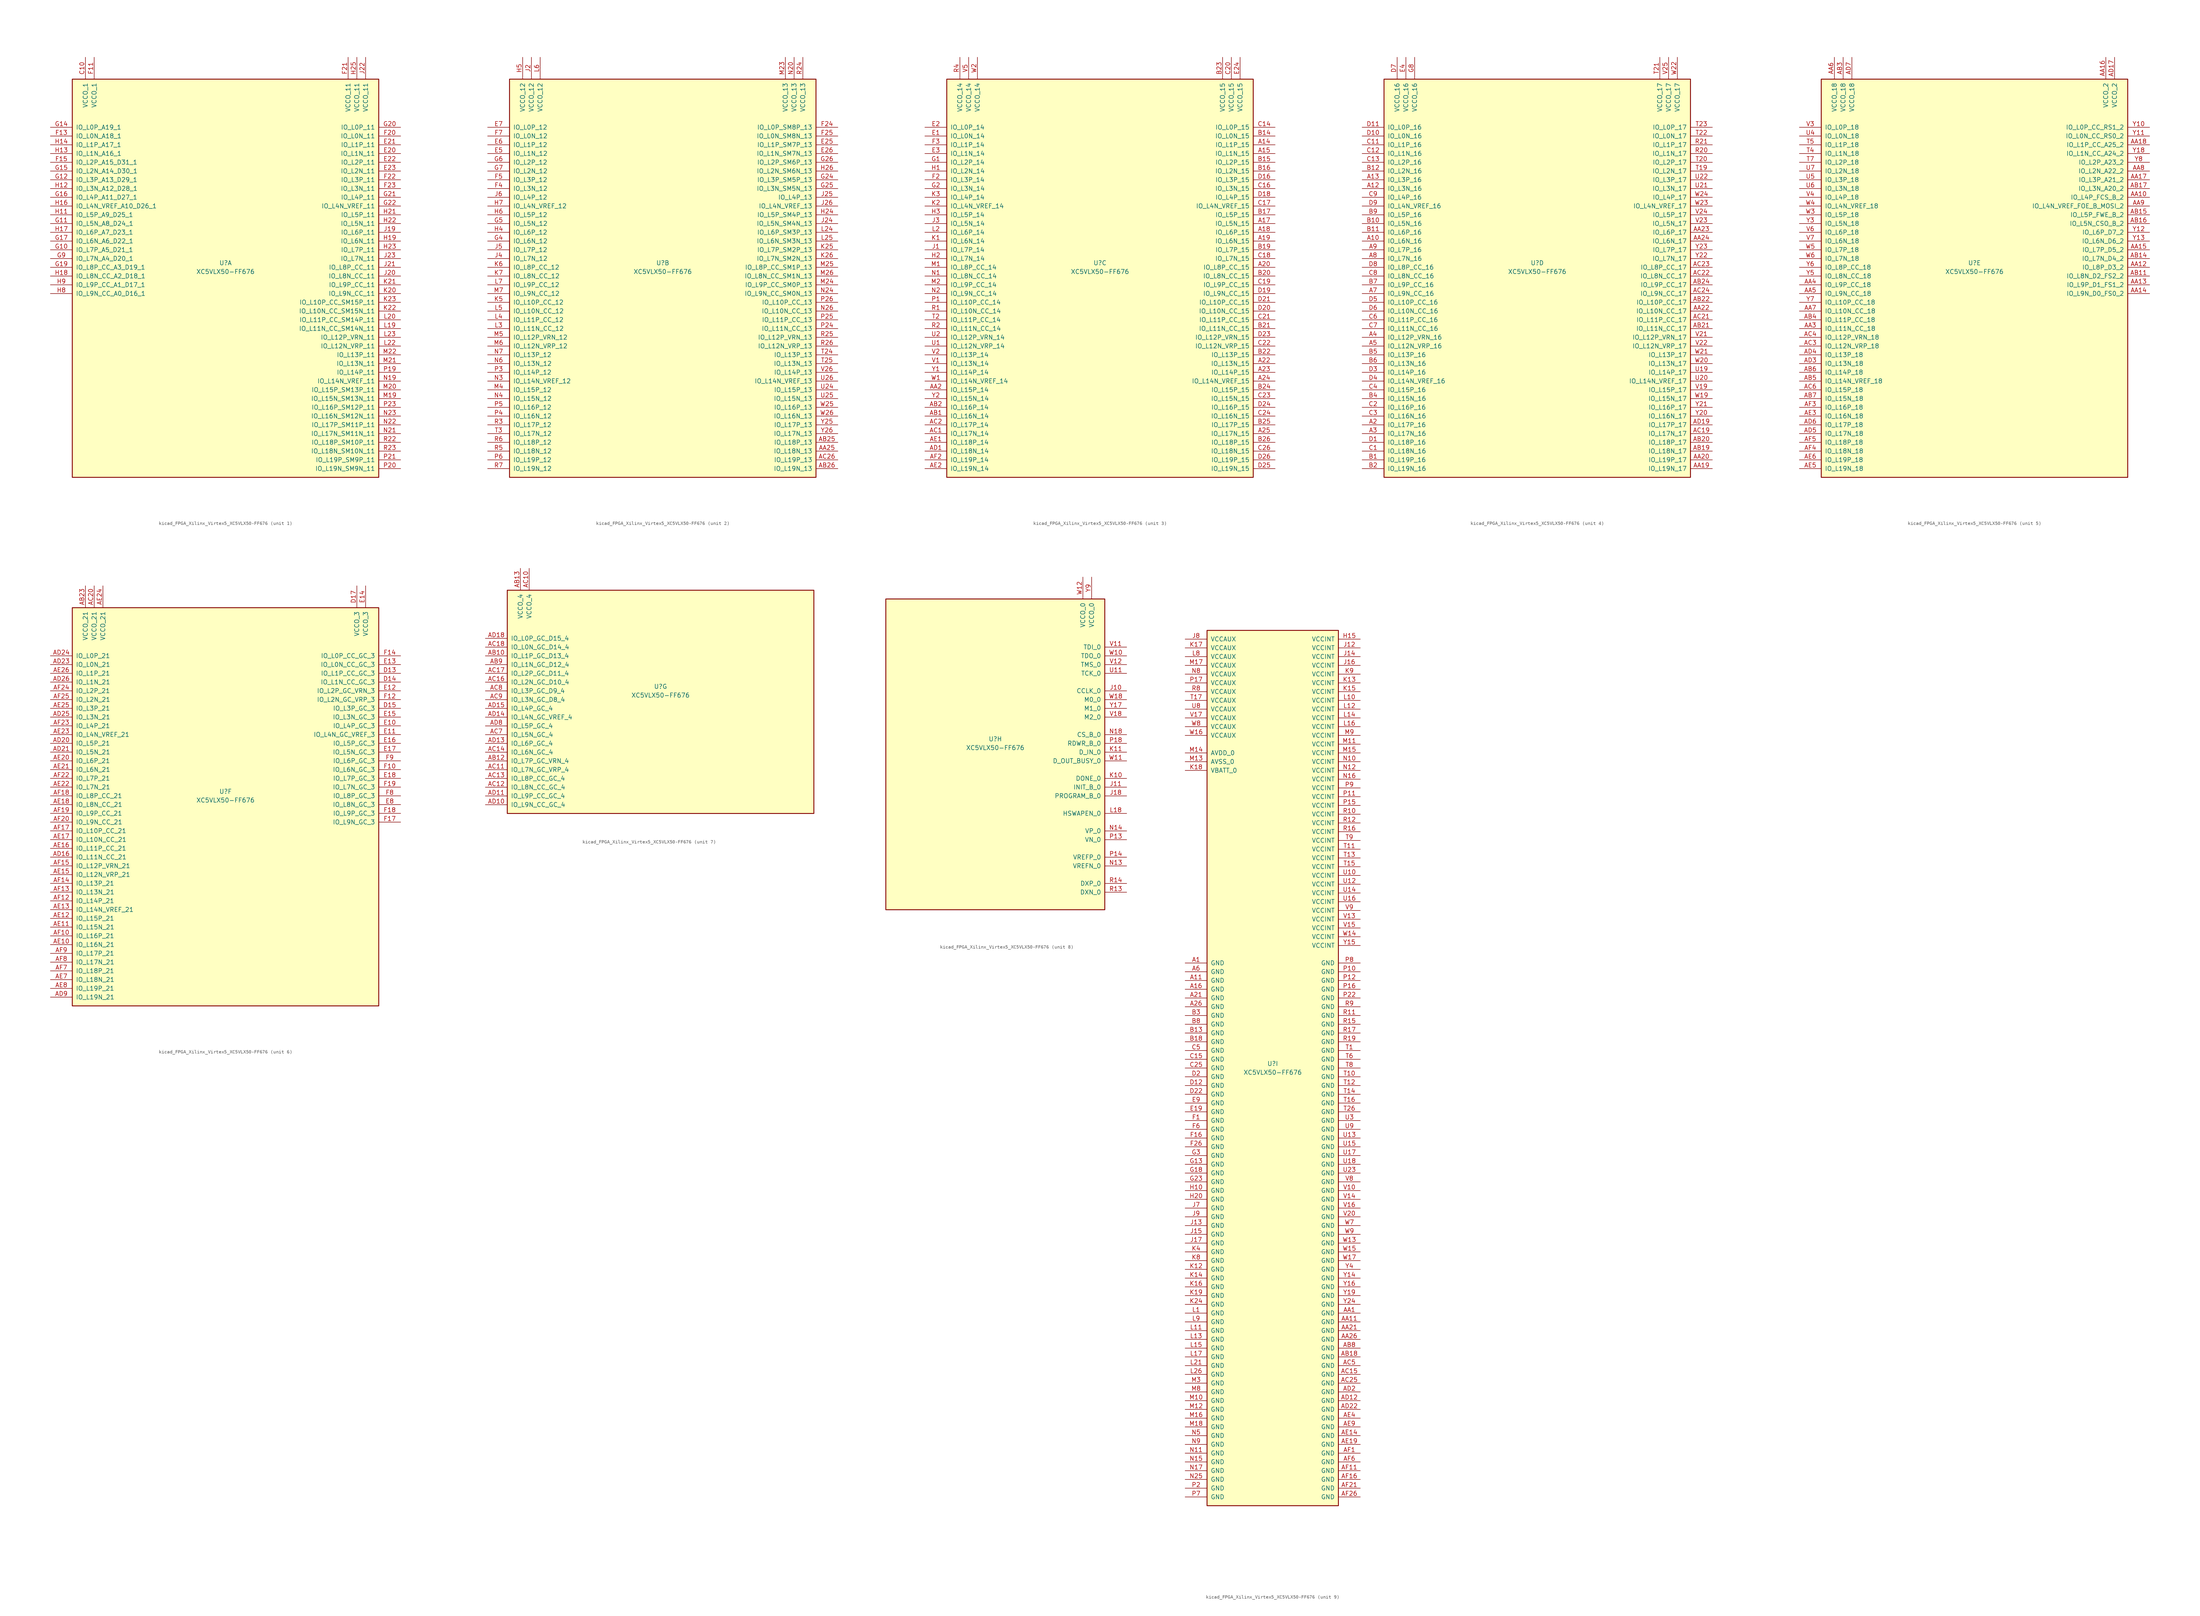
<source format=kicad_sym>
(kicad_symbol_lib
  (version 20220914)
  (generator kicad_symbol_editor)
  (symbol "kicad_FPGA_Xilinx_Virtex5_XC5VLX50-FF676"
    (pin_names
      (offset 1.016))
    (property "Reference" "U"
      (at 0 1.27 0)
      (effects (font (size 1.27 1.27))))
    (property "Value" "XC5VLX50-FF676"
      (at 0 -1.27 0)
      (effects (font (size 1.27 1.27))))
    (property "Datasheet" ""
      (at 0 0 0)
      (effects (font (size 1.27 1.27))))
    (property "ki_locked" ""
      (at 0 0 0)
      (effects (font (size 1.27 1.27))))
    (symbol "kicad_FPGA_Xilinx_Virtex5_XC5VLX50-FF676_1_1"
      (rectangle (start -44.45 54.61) (end 44.45 -60.96) (stroke (width 0.254) (type default)) (fill (type background)))
      (pin power_in line (at -40.64 60.96 270) (length 6.35) (name "VCCO_1" (effects (font (size 1.27 1.27)))) (number "C10" (effects (font (size 1.27 1.27)))))
      (pin bidirectional line (at 50.8 33.02 180) (length 6.35) (name "IO_L1N_11" (effects (font (size 1.27 1.27)))) (number "E20" (effects (font (size 1.27 1.27)))))
      (pin bidirectional line (at 50.8 35.56 180) (length 6.35) (name "IO_L1P_11" (effects (font (size 1.27 1.27)))) (number "E21" (effects (font (size 1.27 1.27)))))
      (pin bidirectional line (at 50.8 30.48 180) (length 6.35) (name "IO_L2P_11" (effects (font (size 1.27 1.27)))) (number "E22" (effects (font (size 1.27 1.27)))))
      (pin bidirectional line (at 50.8 27.94 180) (length 6.35) (name "IO_L2N_11" (effects (font (size 1.27 1.27)))) (number "E23" (effects (font (size 1.27 1.27)))))
      (pin power_in line (at -38.1 60.96 270) (length 6.35) (name "VCCO_1" (effects (font (size 1.27 1.27)))) (number "F11" (effects (font (size 1.27 1.27)))))
      (pin bidirectional line (at -50.8 38.1 0) (length 6.35) (name "IO_L0N_A18_1" (effects (font (size 1.27 1.27)))) (number "F13" (effects (font (size 1.27 1.27)))))
      (pin bidirectional line (at -50.8 30.48 0) (length 6.35) (name "IO_L2P_A15_D31_1" (effects (font (size 1.27 1.27)))) (number "F15" (effects (font (size 1.27 1.27)))))
      (pin bidirectional line (at 50.8 38.1 180) (length 6.35) (name "IO_L0N_11" (effects (font (size 1.27 1.27)))) (number "F20" (effects (font (size 1.27 1.27)))))
      (pin power_in line (at 35.56 60.96 270) (length 6.35) (name "VCCO_11" (effects (font (size 1.27 1.27)))) (number "F21" (effects (font (size 1.27 1.27)))))
      (pin bidirectional line (at 50.8 25.4 180) (length 6.35) (name "IO_L3P_11" (effects (font (size 1.27 1.27)))) (number "F22" (effects (font (size 1.27 1.27)))))
      (pin bidirectional line (at 50.8 22.86 180) (length 6.35) (name "IO_L3N_11" (effects (font (size 1.27 1.27)))) (number "F23" (effects (font (size 1.27 1.27)))))
      (pin bidirectional line (at -50.8 5.08 0) (length 6.35) (name "IO_L7P_A5_D21_1" (effects (font (size 1.27 1.27)))) (number "G10" (effects (font (size 1.27 1.27)))))
      (pin bidirectional line (at -50.8 12.7 0) (length 6.35) (name "IO_L5N_A8_D24_1" (effects (font (size 1.27 1.27)))) (number "G11" (effects (font (size 1.27 1.27)))))
      (pin bidirectional line (at -50.8 25.4 0) (length 6.35) (name "IO_L3P_A13_D29_1" (effects (font (size 1.27 1.27)))) (number "G12" (effects (font (size 1.27 1.27)))))
      (pin bidirectional line (at -50.8 40.64 0) (length 6.35) (name "IO_L0P_A19_1" (effects (font (size 1.27 1.27)))) (number "G14" (effects (font (size 1.27 1.27)))))
      (pin bidirectional line (at -50.8 27.94 0) (length 6.35) (name "IO_L2N_A14_D30_1" (effects (font (size 1.27 1.27)))) (number "G15" (effects (font (size 1.27 1.27)))))
      (pin bidirectional line (at -50.8 20.32 0) (length 6.35) (name "IO_L4P_A11_D27_1" (effects (font (size 1.27 1.27)))) (number "G16" (effects (font (size 1.27 1.27)))))
      (pin bidirectional line (at -50.8 7.62 0) (length 6.35) (name "IO_L6N_A6_D22_1" (effects (font (size 1.27 1.27)))) (number "G17" (effects (font (size 1.27 1.27)))))
      (pin bidirectional line (at -50.8 0 0) (length 6.35) (name "IO_L8P_CC_A3_D19_1" (effects (font (size 1.27 1.27)))) (number "G19" (effects (font (size 1.27 1.27)))))
      (pin bidirectional line (at 50.8 40.64 180) (length 6.35) (name "IO_L0P_11" (effects (font (size 1.27 1.27)))) (number "G20" (effects (font (size 1.27 1.27)))))
      (pin bidirectional line (at 50.8 20.32 180) (length 6.35) (name "IO_L4P_11" (effects (font (size 1.27 1.27)))) (number "G21" (effects (font (size 1.27 1.27)))))
      (pin bidirectional line (at 50.8 17.78 180) (length 6.35) (name "IO_L4N_VREF_11" (effects (font (size 1.27 1.27)))) (number "G22" (effects (font (size 1.27 1.27)))))
      (pin bidirectional line (at -50.8 2.54 0) (length 6.35) (name "IO_L7N_A4_D20_1" (effects (font (size 1.27 1.27)))) (number "G9" (effects (font (size 1.27 1.27)))))
      (pin bidirectional line (at -50.8 15.24 0) (length 6.35) (name "IO_L5P_A9_D25_1" (effects (font (size 1.27 1.27)))) (number "H11" (effects (font (size 1.27 1.27)))))
      (pin bidirectional line (at -50.8 22.86 0) (length 6.35) (name "IO_L3N_A12_D28_1" (effects (font (size 1.27 1.27)))) (number "H12" (effects (font (size 1.27 1.27)))))
      (pin bidirectional line (at -50.8 33.02 0) (length 6.35) (name "IO_L1N_A16_1" (effects (font (size 1.27 1.27)))) (number "H13" (effects (font (size 1.27 1.27)))))
      (pin bidirectional line (at -50.8 35.56 0) (length 6.35) (name "IO_L1P_A17_1" (effects (font (size 1.27 1.27)))) (number "H14" (effects (font (size 1.27 1.27)))))
      (pin bidirectional line (at -50.8 17.78 0) (length 6.35) (name "IO_L4N_VREF_A10_D26_1" (effects (font (size 1.27 1.27)))) (number "H16" (effects (font (size 1.27 1.27)))))
      (pin bidirectional line (at -50.8 10.16 0) (length 6.35) (name "IO_L6P_A7_D23_1" (effects (font (size 1.27 1.27)))) (number "H17" (effects (font (size 1.27 1.27)))))
      (pin bidirectional line (at -50.8 -2.54 0) (length 6.35) (name "IO_L8N_CC_A2_D18_1" (effects (font (size 1.27 1.27)))) (number "H18" (effects (font (size 1.27 1.27)))))
      (pin bidirectional line (at 50.8 7.62 180) (length 6.35) (name "IO_L6N_11" (effects (font (size 1.27 1.27)))) (number "H19" (effects (font (size 1.27 1.27)))))
      (pin bidirectional line (at 50.8 15.24 180) (length 6.35) (name "IO_L5P_11" (effects (font (size 1.27 1.27)))) (number "H21" (effects (font (size 1.27 1.27)))))
      (pin bidirectional line (at 50.8 12.7 180) (length 6.35) (name "IO_L5N_11" (effects (font (size 1.27 1.27)))) (number "H22" (effects (font (size 1.27 1.27)))))
      (pin bidirectional line (at 50.8 5.08 180) (length 6.35) (name "IO_L7P_11" (effects (font (size 1.27 1.27)))) (number "H23" (effects (font (size 1.27 1.27)))))
      (pin power_in line (at 38.1 60.96 270) (length 6.35) (name "VCCO_11" (effects (font (size 1.27 1.27)))) (number "H25" (effects (font (size 1.27 1.27)))))
      (pin bidirectional line (at -50.8 -7.62 0) (length 6.35) (name "IO_L9N_CC_A0_D16_1" (effects (font (size 1.27 1.27)))) (number "H8" (effects (font (size 1.27 1.27)))))
      (pin bidirectional line (at -50.8 -5.08 0) (length 6.35) (name "IO_L9P_CC_A1_D17_1" (effects (font (size 1.27 1.27)))) (number "H9" (effects (font (size 1.27 1.27)))))
      (pin bidirectional line (at 50.8 10.16 180) (length 6.35) (name "IO_L6P_11" (effects (font (size 1.27 1.27)))) (number "J19" (effects (font (size 1.27 1.27)))))
      (pin bidirectional line (at 50.8 -2.54 180) (length 6.35) (name "IO_L8N_CC_11" (effects (font (size 1.27 1.27)))) (number "J20" (effects (font (size 1.27 1.27)))))
      (pin bidirectional line (at 50.8 0 180) (length 6.35) (name "IO_L8P_CC_11" (effects (font (size 1.27 1.27)))) (number "J21" (effects (font (size 1.27 1.27)))))
      (pin power_in line (at 40.64 60.96 270) (length 6.35) (name "VCCO_11" (effects (font (size 1.27 1.27)))) (number "J22" (effects (font (size 1.27 1.27)))))
      (pin bidirectional line (at 50.8 2.54 180) (length 6.35) (name "IO_L7N_11" (effects (font (size 1.27 1.27)))) (number "J23" (effects (font (size 1.27 1.27)))))
      (pin bidirectional line (at 50.8 -7.62 180) (length 6.35) (name "IO_L9N_CC_11" (effects (font (size 1.27 1.27)))) (number "K20" (effects (font (size 1.27 1.27)))))
      (pin bidirectional line (at 50.8 -5.08 180) (length 6.35) (name "IO_L9P_CC_11" (effects (font (size 1.27 1.27)))) (number "K21" (effects (font (size 1.27 1.27)))))
      (pin bidirectional line (at 50.8 -12.7 180) (length 6.35) (name "IO_L10N_CC_SM15N_11" (effects (font (size 1.27 1.27)))) (number "K22" (effects (font (size 1.27 1.27)))))
      (pin bidirectional line (at 50.8 -10.16 180) (length 6.35) (name "IO_L10P_CC_SM15P_11" (effects (font (size 1.27 1.27)))) (number "K23" (effects (font (size 1.27 1.27)))))
      (pin bidirectional line (at 50.8 -17.78 180) (length 6.35) (name "IO_L11N_CC_SM14N_11" (effects (font (size 1.27 1.27)))) (number "L19" (effects (font (size 1.27 1.27)))))
      (pin bidirectional line (at 50.8 -15.24 180) (length 6.35) (name "IO_L11P_CC_SM14P_11" (effects (font (size 1.27 1.27)))) (number "L20" (effects (font (size 1.27 1.27)))))
      (pin bidirectional line (at 50.8 -22.86 180) (length 6.35) (name "IO_L12N_VRP_11" (effects (font (size 1.27 1.27)))) (number "L22" (effects (font (size 1.27 1.27)))))
      (pin bidirectional line (at 50.8 -20.32 180) (length 6.35) (name "IO_L12P_VRN_11" (effects (font (size 1.27 1.27)))) (number "L23" (effects (font (size 1.27 1.27)))))
      (pin bidirectional line (at 50.8 -38.1 180) (length 6.35) (name "IO_L15N_SM13N_11" (effects (font (size 1.27 1.27)))) (number "M19" (effects (font (size 1.27 1.27)))))
      (pin bidirectional line (at 50.8 -35.56 180) (length 6.35) (name "IO_L15P_SM13P_11" (effects (font (size 1.27 1.27)))) (number "M20" (effects (font (size 1.27 1.27)))))
      (pin bidirectional line (at 50.8 -27.94 180) (length 6.35) (name "IO_L13N_11" (effects (font (size 1.27 1.27)))) (number "M21" (effects (font (size 1.27 1.27)))))
      (pin bidirectional line (at 50.8 -25.4 180) (length 6.35) (name "IO_L13P_11" (effects (font (size 1.27 1.27)))) (number "M22" (effects (font (size 1.27 1.27)))))
      (pin bidirectional line (at 50.8 -33.02 180) (length 6.35) (name "IO_L14N_VREF_11" (effects (font (size 1.27 1.27)))) (number "N19" (effects (font (size 1.27 1.27)))))
      (pin bidirectional line (at 50.8 -48.26 180) (length 6.35) (name "IO_L17N_SM11N_11" (effects (font (size 1.27 1.27)))) (number "N21" (effects (font (size 1.27 1.27)))))
      (pin bidirectional line (at 50.8 -45.72 180) (length 6.35) (name "IO_L17P_SM11P_11" (effects (font (size 1.27 1.27)))) (number "N22" (effects (font (size 1.27 1.27)))))
      (pin bidirectional line (at 50.8 -43.18 180) (length 6.35) (name "IO_L16N_SM12N_11" (effects (font (size 1.27 1.27)))) (number "N23" (effects (font (size 1.27 1.27)))))
      (pin bidirectional line (at 50.8 -30.48 180) (length 6.35) (name "IO_L14P_11" (effects (font (size 1.27 1.27)))) (number "P19" (effects (font (size 1.27 1.27)))))
      (pin bidirectional line (at 50.8 -58.42 180) (length 6.35) (name "IO_L19N_SM9N_11" (effects (font (size 1.27 1.27)))) (number "P20" (effects (font (size 1.27 1.27)))))
      (pin bidirectional line (at 50.8 -55.88 180) (length 6.35) (name "IO_L19P_SM9P_11" (effects (font (size 1.27 1.27)))) (number "P21" (effects (font (size 1.27 1.27)))))
      (pin bidirectional line (at 50.8 -40.64 180) (length 6.35) (name "IO_L16P_SM12P_11" (effects (font (size 1.27 1.27)))) (number "P23" (effects (font (size 1.27 1.27)))))
      (pin bidirectional line (at 50.8 -50.8 180) (length 6.35) (name "IO_L18P_SM10P_11" (effects (font (size 1.27 1.27)))) (number "R22" (effects (font (size 1.27 1.27)))))
      (pin bidirectional line (at 50.8 -53.34 180) (length 6.35) (name "IO_L18N_SM10N_11" (effects (font (size 1.27 1.27)))) (number "R23" (effects (font (size 1.27 1.27))))))
    (symbol "kicad_FPGA_Xilinx_Virtex5_XC5VLX50-FF676_2_1"
      (rectangle (start -44.45 54.61) (end 44.45 -60.96) (stroke (width 0.254) (type default)) (fill (type background)))
      (pin bidirectional line (at 50.8 -53.34 180) (length 6.35) (name "IO_L18N_13" (effects (font (size 1.27 1.27)))) (number "AA25" (effects (font (size 1.27 1.27)))))
      (pin bidirectional line (at 50.8 -50.8 180) (length 6.35) (name "IO_L18P_13" (effects (font (size 1.27 1.27)))) (number "AB25" (effects (font (size 1.27 1.27)))))
      (pin bidirectional line (at 50.8 -58.42 180) (length 6.35) (name "IO_L19N_13" (effects (font (size 1.27 1.27)))) (number "AB26" (effects (font (size 1.27 1.27)))))
      (pin bidirectional line (at 50.8 -55.88 180) (length 6.35) (name "IO_L19P_13" (effects (font (size 1.27 1.27)))) (number "AC26" (effects (font (size 1.27 1.27)))))
      (pin bidirectional line (at 50.8 35.56 180) (length 6.35) (name "IO_L1P_SM7P_13" (effects (font (size 1.27 1.27)))) (number "E25" (effects (font (size 1.27 1.27)))))
      (pin bidirectional line (at 50.8 33.02 180) (length 6.35) (name "IO_L1N_SM7N_13" (effects (font (size 1.27 1.27)))) (number "E26" (effects (font (size 1.27 1.27)))))
      (pin bidirectional line (at -50.8 33.02 0) (length 6.35) (name "IO_L1N_12" (effects (font (size 1.27 1.27)))) (number "E5" (effects (font (size 1.27 1.27)))))
      (pin bidirectional line (at -50.8 35.56 0) (length 6.35) (name "IO_L1P_12" (effects (font (size 1.27 1.27)))) (number "E6" (effects (font (size 1.27 1.27)))))
      (pin bidirectional line (at -50.8 40.64 0) (length 6.35) (name "IO_L0P_12" (effects (font (size 1.27 1.27)))) (number "E7" (effects (font (size 1.27 1.27)))))
      (pin bidirectional line (at 50.8 40.64 180) (length 6.35) (name "IO_L0P_SM8P_13" (effects (font (size 1.27 1.27)))) (number "F24" (effects (font (size 1.27 1.27)))))
      (pin bidirectional line (at 50.8 38.1 180) (length 6.35) (name "IO_L0N_SM8N_13" (effects (font (size 1.27 1.27)))) (number "F25" (effects (font (size 1.27 1.27)))))
      (pin bidirectional line (at -50.8 22.86 0) (length 6.35) (name "IO_L3N_12" (effects (font (size 1.27 1.27)))) (number "F4" (effects (font (size 1.27 1.27)))))
      (pin bidirectional line (at -50.8 25.4 0) (length 6.35) (name "IO_L3P_12" (effects (font (size 1.27 1.27)))) (number "F5" (effects (font (size 1.27 1.27)))))
      (pin bidirectional line (at -50.8 38.1 0) (length 6.35) (name "IO_L0N_12" (effects (font (size 1.27 1.27)))) (number "F7" (effects (font (size 1.27 1.27)))))
      (pin bidirectional line (at 50.8 25.4 180) (length 6.35) (name "IO_L3P_SM5P_13" (effects (font (size 1.27 1.27)))) (number "G24" (effects (font (size 1.27 1.27)))))
      (pin bidirectional line (at 50.8 22.86 180) (length 6.35) (name "IO_L3N_SM5N_13" (effects (font (size 1.27 1.27)))) (number "G25" (effects (font (size 1.27 1.27)))))
      (pin bidirectional line (at 50.8 30.48 180) (length 6.35) (name "IO_L2P_SM6P_13" (effects (font (size 1.27 1.27)))) (number "G26" (effects (font (size 1.27 1.27)))))
      (pin bidirectional line (at -50.8 7.62 0) (length 6.35) (name "IO_L6N_12" (effects (font (size 1.27 1.27)))) (number "G4" (effects (font (size 1.27 1.27)))))
      (pin bidirectional line (at -50.8 12.7 0) (length 6.35) (name "IO_L5N_12" (effects (font (size 1.27 1.27)))) (number "G5" (effects (font (size 1.27 1.27)))))
      (pin bidirectional line (at -50.8 30.48 0) (length 6.35) (name "IO_L2P_12" (effects (font (size 1.27 1.27)))) (number "G6" (effects (font (size 1.27 1.27)))))
      (pin bidirectional line (at -50.8 27.94 0) (length 6.35) (name "IO_L2N_12" (effects (font (size 1.27 1.27)))) (number "G7" (effects (font (size 1.27 1.27)))))
      (pin bidirectional line (at 50.8 15.24 180) (length 6.35) (name "IO_L5P_SM4P_13" (effects (font (size 1.27 1.27)))) (number "H24" (effects (font (size 1.27 1.27)))))
      (pin bidirectional line (at 50.8 27.94 180) (length 6.35) (name "IO_L2N_SM6N_13" (effects (font (size 1.27 1.27)))) (number "H26" (effects (font (size 1.27 1.27)))))
      (pin bidirectional line (at -50.8 10.16 0) (length 6.35) (name "IO_L6P_12" (effects (font (size 1.27 1.27)))) (number "H4" (effects (font (size 1.27 1.27)))))
      (pin power_in line (at -40.64 60.96 270) (length 6.35) (name "VCCO_12" (effects (font (size 1.27 1.27)))) (number "H5" (effects (font (size 1.27 1.27)))))
      (pin bidirectional line (at -50.8 15.24 0) (length 6.35) (name "IO_L5P_12" (effects (font (size 1.27 1.27)))) (number "H6" (effects (font (size 1.27 1.27)))))
      (pin bidirectional line (at -50.8 17.78 0) (length 6.35) (name "IO_L4N_VREF_12" (effects (font (size 1.27 1.27)))) (number "H7" (effects (font (size 1.27 1.27)))))
      (pin power_in line (at -38.1 60.96 270) (length 6.35) (name "VCCO_12" (effects (font (size 1.27 1.27)))) (number "J2" (effects (font (size 1.27 1.27)))))
      (pin bidirectional line (at 50.8 12.7 180) (length 6.35) (name "IO_L5N_SM4N_13" (effects (font (size 1.27 1.27)))) (number "J24" (effects (font (size 1.27 1.27)))))
      (pin bidirectional line (at 50.8 20.32 180) (length 6.35) (name "IO_L4P_13" (effects (font (size 1.27 1.27)))) (number "J25" (effects (font (size 1.27 1.27)))))
      (pin bidirectional line (at 50.8 17.78 180) (length 6.35) (name "IO_L4N_VREF_13" (effects (font (size 1.27 1.27)))) (number "J26" (effects (font (size 1.27 1.27)))))
      (pin bidirectional line (at -50.8 2.54 0) (length 6.35) (name "IO_L7N_12" (effects (font (size 1.27 1.27)))) (number "J4" (effects (font (size 1.27 1.27)))))
      (pin bidirectional line (at -50.8 5.08 0) (length 6.35) (name "IO_L7P_12" (effects (font (size 1.27 1.27)))) (number "J5" (effects (font (size 1.27 1.27)))))
      (pin bidirectional line (at -50.8 20.32 0) (length 6.35) (name "IO_L4P_12" (effects (font (size 1.27 1.27)))) (number "J6" (effects (font (size 1.27 1.27)))))
      (pin bidirectional line (at 50.8 5.08 180) (length 6.35) (name "IO_L7P_SM2P_13" (effects (font (size 1.27 1.27)))) (number "K25" (effects (font (size 1.27 1.27)))))
      (pin bidirectional line (at 50.8 2.54 180) (length 6.35) (name "IO_L7N_SM2N_13" (effects (font (size 1.27 1.27)))) (number "K26" (effects (font (size 1.27 1.27)))))
      (pin bidirectional line (at -50.8 -10.16 0) (length 6.35) (name "IO_L10P_CC_12" (effects (font (size 1.27 1.27)))) (number "K5" (effects (font (size 1.27 1.27)))))
      (pin bidirectional line (at -50.8 0 0) (length 6.35) (name "IO_L8P_CC_12" (effects (font (size 1.27 1.27)))) (number "K6" (effects (font (size 1.27 1.27)))))
      (pin bidirectional line (at -50.8 -2.54 0) (length 6.35) (name "IO_L8N_CC_12" (effects (font (size 1.27 1.27)))) (number "K7" (effects (font (size 1.27 1.27)))))
      (pin bidirectional line (at 50.8 10.16 180) (length 6.35) (name "IO_L6P_SM3P_13" (effects (font (size 1.27 1.27)))) (number "L24" (effects (font (size 1.27 1.27)))))
      (pin bidirectional line (at 50.8 7.62 180) (length 6.35) (name "IO_L6N_SM3N_13" (effects (font (size 1.27 1.27)))) (number "L25" (effects (font (size 1.27 1.27)))))
      (pin bidirectional line (at -50.8 -17.78 0) (length 6.35) (name "IO_L11N_CC_12" (effects (font (size 1.27 1.27)))) (number "L3" (effects (font (size 1.27 1.27)))))
      (pin bidirectional line (at -50.8 -15.24 0) (length 6.35) (name "IO_L11P_CC_12" (effects (font (size 1.27 1.27)))) (number "L4" (effects (font (size 1.27 1.27)))))
      (pin bidirectional line (at -50.8 -12.7 0) (length 6.35) (name "IO_L10N_CC_12" (effects (font (size 1.27 1.27)))) (number "L5" (effects (font (size 1.27 1.27)))))
      (pin power_in line (at -35.56 60.96 270) (length 6.35) (name "VCCO_12" (effects (font (size 1.27 1.27)))) (number "L6" (effects (font (size 1.27 1.27)))))
      (pin bidirectional line (at -50.8 -5.08 0) (length 6.35) (name "IO_L9P_CC_12" (effects (font (size 1.27 1.27)))) (number "L7" (effects (font (size 1.27 1.27)))))
      (pin power_in line (at 35.56 60.96 270) (length 6.35) (name "VCCO_13" (effects (font (size 1.27 1.27)))) (number "M23" (effects (font (size 1.27 1.27)))))
      (pin bidirectional line (at 50.8 -5.08 180) (length 6.35) (name "IO_L9P_CC_SM0P_13" (effects (font (size 1.27 1.27)))) (number "M24" (effects (font (size 1.27 1.27)))))
      (pin bidirectional line (at 50.8 0 180) (length 6.35) (name "IO_L8P_CC_SM1P_13" (effects (font (size 1.27 1.27)))) (number "M25" (effects (font (size 1.27 1.27)))))
      (pin bidirectional line (at 50.8 -2.54 180) (length 6.35) (name "IO_L8N_CC_SM1N_13" (effects (font (size 1.27 1.27)))) (number "M26" (effects (font (size 1.27 1.27)))))
      (pin bidirectional line (at -50.8 -35.56 0) (length 6.35) (name "IO_L15P_12" (effects (font (size 1.27 1.27)))) (number "M4" (effects (font (size 1.27 1.27)))))
      (pin bidirectional line (at -50.8 -20.32 0) (length 6.35) (name "IO_L12P_VRN_12" (effects (font (size 1.27 1.27)))) (number "M5" (effects (font (size 1.27 1.27)))))
      (pin bidirectional line (at -50.8 -22.86 0) (length 6.35) (name "IO_L12N_VRP_12" (effects (font (size 1.27 1.27)))) (number "M6" (effects (font (size 1.27 1.27)))))
      (pin bidirectional line (at -50.8 -7.62 0) (length 6.35) (name "IO_L9N_CC_12" (effects (font (size 1.27 1.27)))) (number "M7" (effects (font (size 1.27 1.27)))))
      (pin power_in line (at 38.1 60.96 270) (length 6.35) (name "VCCO_13" (effects (font (size 1.27 1.27)))) (number "N20" (effects (font (size 1.27 1.27)))))
      (pin bidirectional line (at 50.8 -7.62 180) (length 6.35) (name "IO_L9N_CC_SM0N_13" (effects (font (size 1.27 1.27)))) (number "N24" (effects (font (size 1.27 1.27)))))
      (pin bidirectional line (at 50.8 -12.7 180) (length 6.35) (name "IO_L10N_CC_13" (effects (font (size 1.27 1.27)))) (number "N26" (effects (font (size 1.27 1.27)))))
      (pin bidirectional line (at -50.8 -33.02 0) (length 6.35) (name "IO_L14N_VREF_12" (effects (font (size 1.27 1.27)))) (number "N3" (effects (font (size 1.27 1.27)))))
      (pin bidirectional line (at -50.8 -38.1 0) (length 6.35) (name "IO_L15N_12" (effects (font (size 1.27 1.27)))) (number "N4" (effects (font (size 1.27 1.27)))))
      (pin bidirectional line (at -50.8 -27.94 0) (length 6.35) (name "IO_L13N_12" (effects (font (size 1.27 1.27)))) (number "N6" (effects (font (size 1.27 1.27)))))
      (pin bidirectional line (at -50.8 -25.4 0) (length 6.35) (name "IO_L13P_12" (effects (font (size 1.27 1.27)))) (number "N7" (effects (font (size 1.27 1.27)))))
      (pin bidirectional line (at 50.8 -17.78 180) (length 6.35) (name "IO_L11N_CC_13" (effects (font (size 1.27 1.27)))) (number "P24" (effects (font (size 1.27 1.27)))))
      (pin bidirectional line (at 50.8 -15.24 180) (length 6.35) (name "IO_L11P_CC_13" (effects (font (size 1.27 1.27)))) (number "P25" (effects (font (size 1.27 1.27)))))
      (pin bidirectional line (at 50.8 -10.16 180) (length 6.35) (name "IO_L10P_CC_13" (effects (font (size 1.27 1.27)))) (number "P26" (effects (font (size 1.27 1.27)))))
      (pin bidirectional line (at -50.8 -30.48 0) (length 6.35) (name "IO_L14P_12" (effects (font (size 1.27 1.27)))) (number "P3" (effects (font (size 1.27 1.27)))))
      (pin bidirectional line (at -50.8 -43.18 0) (length 6.35) (name "IO_L16N_12" (effects (font (size 1.27 1.27)))) (number "P4" (effects (font (size 1.27 1.27)))))
      (pin bidirectional line (at -50.8 -40.64 0) (length 6.35) (name "IO_L16P_12" (effects (font (size 1.27 1.27)))) (number "P5" (effects (font (size 1.27 1.27)))))
      (pin bidirectional line (at -50.8 -55.88 0) (length 6.35) (name "IO_L19P_12" (effects (font (size 1.27 1.27)))) (number "P6" (effects (font (size 1.27 1.27)))))
      (pin power_in line (at 40.64 60.96 270) (length 6.35) (name "VCCO_13" (effects (font (size 1.27 1.27)))) (number "R24" (effects (font (size 1.27 1.27)))))
      (pin bidirectional line (at 50.8 -20.32 180) (length 6.35) (name "IO_L12P_VRN_13" (effects (font (size 1.27 1.27)))) (number "R25" (effects (font (size 1.27 1.27)))))
      (pin bidirectional line (at 50.8 -22.86 180) (length 6.35) (name "IO_L12N_VRP_13" (effects (font (size 1.27 1.27)))) (number "R26" (effects (font (size 1.27 1.27)))))
      (pin bidirectional line (at -50.8 -45.72 0) (length 6.35) (name "IO_L17P_12" (effects (font (size 1.27 1.27)))) (number "R3" (effects (font (size 1.27 1.27)))))
      (pin bidirectional line (at -50.8 -53.34 0) (length 6.35) (name "IO_L18N_12" (effects (font (size 1.27 1.27)))) (number "R5" (effects (font (size 1.27 1.27)))))
      (pin bidirectional line (at -50.8 -50.8 0) (length 6.35) (name "IO_L18P_12" (effects (font (size 1.27 1.27)))) (number "R6" (effects (font (size 1.27 1.27)))))
      (pin bidirectional line (at -50.8 -58.42 0) (length 6.35) (name "IO_L19N_12" (effects (font (size 1.27 1.27)))) (number "R7" (effects (font (size 1.27 1.27)))))
      (pin bidirectional line (at 50.8 -25.4 180) (length 6.35) (name "IO_L13P_13" (effects (font (size 1.27 1.27)))) (number "T24" (effects (font (size 1.27 1.27)))))
      (pin bidirectional line (at 50.8 -27.94 180) (length 6.35) (name "IO_L13N_13" (effects (font (size 1.27 1.27)))) (number "T25" (effects (font (size 1.27 1.27)))))
      (pin bidirectional line (at -50.8 -48.26 0) (length 6.35) (name "IO_L17N_12" (effects (font (size 1.27 1.27)))) (number "T3" (effects (font (size 1.27 1.27)))))
      (pin bidirectional line (at 50.8 -35.56 180) (length 6.35) (name "IO_L15P_13" (effects (font (size 1.27 1.27)))) (number "U24" (effects (font (size 1.27 1.27)))))
      (pin bidirectional line (at 50.8 -38.1 180) (length 6.35) (name "IO_L15N_13" (effects (font (size 1.27 1.27)))) (number "U25" (effects (font (size 1.27 1.27)))))
      (pin bidirectional line (at 50.8 -33.02 180) (length 6.35) (name "IO_L14N_VREF_13" (effects (font (size 1.27 1.27)))) (number "U26" (effects (font (size 1.27 1.27)))))
      (pin bidirectional line (at 50.8 -30.48 180) (length 6.35) (name "IO_L14P_13" (effects (font (size 1.27 1.27)))) (number "V26" (effects (font (size 1.27 1.27)))))
      (pin bidirectional line (at 50.8 -40.64 180) (length 6.35) (name "IO_L16P_13" (effects (font (size 1.27 1.27)))) (number "W25" (effects (font (size 1.27 1.27)))))
      (pin bidirectional line (at 50.8 -43.18 180) (length 6.35) (name "IO_L16N_13" (effects (font (size 1.27 1.27)))) (number "W26" (effects (font (size 1.27 1.27)))))
      (pin bidirectional line (at 50.8 -45.72 180) (length 6.35) (name "IO_L17P_13" (effects (font (size 1.27 1.27)))) (number "Y25" (effects (font (size 1.27 1.27)))))
      (pin bidirectional line (at 50.8 -48.26 180) (length 6.35) (name "IO_L17N_13" (effects (font (size 1.27 1.27)))) (number "Y26" (effects (font (size 1.27 1.27))))))
    (symbol "kicad_FPGA_Xilinx_Virtex5_XC5VLX50-FF676_3_1"
      (rectangle (start -44.45 54.61) (end 44.45 -60.96) (stroke (width 0.254) (type default)) (fill (type background)))
      (pin bidirectional line (at 50.8 35.56 180) (length 6.35) (name "IO_L1P_15" (effects (font (size 1.27 1.27)))) (number "A14" (effects (font (size 1.27 1.27)))))
      (pin bidirectional line (at 50.8 33.02 180) (length 6.35) (name "IO_L1N_15" (effects (font (size 1.27 1.27)))) (number "A15" (effects (font (size 1.27 1.27)))))
      (pin bidirectional line (at 50.8 12.7 180) (length 6.35) (name "IO_L5N_15" (effects (font (size 1.27 1.27)))) (number "A17" (effects (font (size 1.27 1.27)))))
      (pin bidirectional line (at 50.8 10.16 180) (length 6.35) (name "IO_L6P_15" (effects (font (size 1.27 1.27)))) (number "A18" (effects (font (size 1.27 1.27)))))
      (pin bidirectional line (at 50.8 7.62 180) (length 6.35) (name "IO_L6N_15" (effects (font (size 1.27 1.27)))) (number "A19" (effects (font (size 1.27 1.27)))))
      (pin bidirectional line (at 50.8 0 180) (length 6.35) (name "IO_L8P_CC_15" (effects (font (size 1.27 1.27)))) (number "A20" (effects (font (size 1.27 1.27)))))
      (pin bidirectional line (at 50.8 -27.94 180) (length 6.35) (name "IO_L13N_15" (effects (font (size 1.27 1.27)))) (number "A22" (effects (font (size 1.27 1.27)))))
      (pin bidirectional line (at 50.8 -30.48 180) (length 6.35) (name "IO_L14P_15" (effects (font (size 1.27 1.27)))) (number "A23" (effects (font (size 1.27 1.27)))))
      (pin bidirectional line (at 50.8 -33.02 180) (length 6.35) (name "IO_L14N_VREF_15" (effects (font (size 1.27 1.27)))) (number "A24" (effects (font (size 1.27 1.27)))))
      (pin bidirectional line (at 50.8 -48.26 180) (length 6.35) (name "IO_L17N_15" (effects (font (size 1.27 1.27)))) (number "A25" (effects (font (size 1.27 1.27)))))
      (pin bidirectional line (at -50.8 -35.56 0) (length 6.35) (name "IO_L15P_14" (effects (font (size 1.27 1.27)))) (number "AA2" (effects (font (size 1.27 1.27)))))
      (pin bidirectional line (at -50.8 -43.18 0) (length 6.35) (name "IO_L16N_14" (effects (font (size 1.27 1.27)))) (number "AB1" (effects (font (size 1.27 1.27)))))
      (pin bidirectional line (at -50.8 -40.64 0) (length 6.35) (name "IO_L16P_14" (effects (font (size 1.27 1.27)))) (number "AB2" (effects (font (size 1.27 1.27)))))
      (pin bidirectional line (at -50.8 -48.26 0) (length 6.35) (name "IO_L17N_14" (effects (font (size 1.27 1.27)))) (number "AC1" (effects (font (size 1.27 1.27)))))
      (pin bidirectional line (at -50.8 -45.72 0) (length 6.35) (name "IO_L17P_14" (effects (font (size 1.27 1.27)))) (number "AC2" (effects (font (size 1.27 1.27)))))
      (pin bidirectional line (at -50.8 -53.34 0) (length 6.35) (name "IO_L18N_14" (effects (font (size 1.27 1.27)))) (number "AD1" (effects (font (size 1.27 1.27)))))
      (pin bidirectional line (at -50.8 -50.8 0) (length 6.35) (name "IO_L18P_14" (effects (font (size 1.27 1.27)))) (number "AE1" (effects (font (size 1.27 1.27)))))
      (pin bidirectional line (at -50.8 -58.42 0) (length 6.35) (name "IO_L19N_14" (effects (font (size 1.27 1.27)))) (number "AE2" (effects (font (size 1.27 1.27)))))
      (pin bidirectional line (at -50.8 -55.88 0) (length 6.35) (name "IO_L19P_14" (effects (font (size 1.27 1.27)))) (number "AF2" (effects (font (size 1.27 1.27)))))
      (pin bidirectional line (at 50.8 38.1 180) (length 6.35) (name "IO_L0N_15" (effects (font (size 1.27 1.27)))) (number "B14" (effects (font (size 1.27 1.27)))))
      (pin bidirectional line (at 50.8 30.48 180) (length 6.35) (name "IO_L2P_15" (effects (font (size 1.27 1.27)))) (number "B15" (effects (font (size 1.27 1.27)))))
      (pin bidirectional line (at 50.8 27.94 180) (length 6.35) (name "IO_L2N_15" (effects (font (size 1.27 1.27)))) (number "B16" (effects (font (size 1.27 1.27)))))
      (pin bidirectional line (at 50.8 15.24 180) (length 6.35) (name "IO_L5P_15" (effects (font (size 1.27 1.27)))) (number "B17" (effects (font (size 1.27 1.27)))))
      (pin bidirectional line (at 50.8 5.08 180) (length 6.35) (name "IO_L7P_15" (effects (font (size 1.27 1.27)))) (number "B19" (effects (font (size 1.27 1.27)))))
      (pin bidirectional line (at 50.8 -2.54 180) (length 6.35) (name "IO_L8N_CC_15" (effects (font (size 1.27 1.27)))) (number "B20" (effects (font (size 1.27 1.27)))))
      (pin bidirectional line (at 50.8 -17.78 180) (length 6.35) (name "IO_L11N_CC_15" (effects (font (size 1.27 1.27)))) (number "B21" (effects (font (size 1.27 1.27)))))
      (pin bidirectional line (at 50.8 -25.4 180) (length 6.35) (name "IO_L13P_15" (effects (font (size 1.27 1.27)))) (number "B22" (effects (font (size 1.27 1.27)))))
      (pin power_in line (at 35.56 60.96 270) (length 6.35) (name "VCCO_15" (effects (font (size 1.27 1.27)))) (number "B23" (effects (font (size 1.27 1.27)))))
      (pin bidirectional line (at 50.8 -35.56 180) (length 6.35) (name "IO_L15P_15" (effects (font (size 1.27 1.27)))) (number "B24" (effects (font (size 1.27 1.27)))))
      (pin bidirectional line (at 50.8 -45.72 180) (length 6.35) (name "IO_L17P_15" (effects (font (size 1.27 1.27)))) (number "B25" (effects (font (size 1.27 1.27)))))
      (pin bidirectional line (at 50.8 -50.8 180) (length 6.35) (name "IO_L18P_15" (effects (font (size 1.27 1.27)))) (number "B26" (effects (font (size 1.27 1.27)))))
      (pin bidirectional line (at 50.8 40.64 180) (length 6.35) (name "IO_L0P_15" (effects (font (size 1.27 1.27)))) (number "C14" (effects (font (size 1.27 1.27)))))
      (pin bidirectional line (at 50.8 22.86 180) (length 6.35) (name "IO_L3N_15" (effects (font (size 1.27 1.27)))) (number "C16" (effects (font (size 1.27 1.27)))))
      (pin bidirectional line (at 50.8 17.78 180) (length 6.35) (name "IO_L4N_VREF_15" (effects (font (size 1.27 1.27)))) (number "C17" (effects (font (size 1.27 1.27)))))
      (pin bidirectional line (at 50.8 2.54 180) (length 6.35) (name "IO_L7N_15" (effects (font (size 1.27 1.27)))) (number "C18" (effects (font (size 1.27 1.27)))))
      (pin bidirectional line (at 50.8 -5.08 180) (length 6.35) (name "IO_L9P_CC_15" (effects (font (size 1.27 1.27)))) (number "C19" (effects (font (size 1.27 1.27)))))
      (pin power_in line (at 38.1 60.96 270) (length 6.35) (name "VCCO_15" (effects (font (size 1.27 1.27)))) (number "C20" (effects (font (size 1.27 1.27)))))
      (pin bidirectional line (at 50.8 -15.24 180) (length 6.35) (name "IO_L11P_CC_15" (effects (font (size 1.27 1.27)))) (number "C21" (effects (font (size 1.27 1.27)))))
      (pin bidirectional line (at 50.8 -22.86 180) (length 6.35) (name "IO_L12N_VRP_15" (effects (font (size 1.27 1.27)))) (number "C22" (effects (font (size 1.27 1.27)))))
      (pin bidirectional line (at 50.8 -38.1 180) (length 6.35) (name "IO_L15N_15" (effects (font (size 1.27 1.27)))) (number "C23" (effects (font (size 1.27 1.27)))))
      (pin bidirectional line (at 50.8 -43.18 180) (length 6.35) (name "IO_L16N_15" (effects (font (size 1.27 1.27)))) (number "C24" (effects (font (size 1.27 1.27)))))
      (pin bidirectional line (at 50.8 -53.34 180) (length 6.35) (name "IO_L18N_15" (effects (font (size 1.27 1.27)))) (number "C26" (effects (font (size 1.27 1.27)))))
      (pin bidirectional line (at 50.8 25.4 180) (length 6.35) (name "IO_L3P_15" (effects (font (size 1.27 1.27)))) (number "D16" (effects (font (size 1.27 1.27)))))
      (pin bidirectional line (at 50.8 20.32 180) (length 6.35) (name "IO_L4P_15" (effects (font (size 1.27 1.27)))) (number "D18" (effects (font (size 1.27 1.27)))))
      (pin bidirectional line (at 50.8 -7.62 180) (length 6.35) (name "IO_L9N_CC_15" (effects (font (size 1.27 1.27)))) (number "D19" (effects (font (size 1.27 1.27)))))
      (pin bidirectional line (at 50.8 -12.7 180) (length 6.35) (name "IO_L10N_CC_15" (effects (font (size 1.27 1.27)))) (number "D20" (effects (font (size 1.27 1.27)))))
      (pin bidirectional line (at 50.8 -10.16 180) (length 6.35) (name "IO_L10P_CC_15" (effects (font (size 1.27 1.27)))) (number "D21" (effects (font (size 1.27 1.27)))))
      (pin bidirectional line (at 50.8 -20.32 180) (length 6.35) (name "IO_L12P_VRN_15" (effects (font (size 1.27 1.27)))) (number "D23" (effects (font (size 1.27 1.27)))))
      (pin bidirectional line (at 50.8 -40.64 180) (length 6.35) (name "IO_L16P_15" (effects (font (size 1.27 1.27)))) (number "D24" (effects (font (size 1.27 1.27)))))
      (pin bidirectional line (at 50.8 -58.42 180) (length 6.35) (name "IO_L19N_15" (effects (font (size 1.27 1.27)))) (number "D25" (effects (font (size 1.27 1.27)))))
      (pin bidirectional line (at 50.8 -55.88 180) (length 6.35) (name "IO_L19P_15" (effects (font (size 1.27 1.27)))) (number "D26" (effects (font (size 1.27 1.27)))))
      (pin bidirectional line (at -50.8 38.1 0) (length 6.35) (name "IO_L0N_14" (effects (font (size 1.27 1.27)))) (number "E1" (effects (font (size 1.27 1.27)))))
      (pin bidirectional line (at -50.8 40.64 0) (length 6.35) (name "IO_L0P_14" (effects (font (size 1.27 1.27)))) (number "E2" (effects (font (size 1.27 1.27)))))
      (pin power_in line (at 40.64 60.96 270) (length 6.35) (name "VCCO_15" (effects (font (size 1.27 1.27)))) (number "E24" (effects (font (size 1.27 1.27)))))
      (pin bidirectional line (at -50.8 33.02 0) (length 6.35) (name "IO_L1N_14" (effects (font (size 1.27 1.27)))) (number "E3" (effects (font (size 1.27 1.27)))))
      (pin bidirectional line (at -50.8 25.4 0) (length 6.35) (name "IO_L3P_14" (effects (font (size 1.27 1.27)))) (number "F2" (effects (font (size 1.27 1.27)))))
      (pin bidirectional line (at -50.8 35.56 0) (length 6.35) (name "IO_L1P_14" (effects (font (size 1.27 1.27)))) (number "F3" (effects (font (size 1.27 1.27)))))
      (pin bidirectional line (at -50.8 30.48 0) (length 6.35) (name "IO_L2P_14" (effects (font (size 1.27 1.27)))) (number "G1" (effects (font (size 1.27 1.27)))))
      (pin bidirectional line (at -50.8 22.86 0) (length 6.35) (name "IO_L3N_14" (effects (font (size 1.27 1.27)))) (number "G2" (effects (font (size 1.27 1.27)))))
      (pin bidirectional line (at -50.8 27.94 0) (length 6.35) (name "IO_L2N_14" (effects (font (size 1.27 1.27)))) (number "H1" (effects (font (size 1.27 1.27)))))
      (pin bidirectional line (at -50.8 2.54 0) (length 6.35) (name "IO_L7N_14" (effects (font (size 1.27 1.27)))) (number "H2" (effects (font (size 1.27 1.27)))))
      (pin bidirectional line (at -50.8 15.24 0) (length 6.35) (name "IO_L5P_14" (effects (font (size 1.27 1.27)))) (number "H3" (effects (font (size 1.27 1.27)))))
      (pin bidirectional line (at -50.8 5.08 0) (length 6.35) (name "IO_L7P_14" (effects (font (size 1.27 1.27)))) (number "J1" (effects (font (size 1.27 1.27)))))
      (pin bidirectional line (at -50.8 12.7 0) (length 6.35) (name "IO_L5N_14" (effects (font (size 1.27 1.27)))) (number "J3" (effects (font (size 1.27 1.27)))))
      (pin bidirectional line (at -50.8 7.62 0) (length 6.35) (name "IO_L6N_14" (effects (font (size 1.27 1.27)))) (number "K1" (effects (font (size 1.27 1.27)))))
      (pin bidirectional line (at -50.8 17.78 0) (length 6.35) (name "IO_L4N_VREF_14" (effects (font (size 1.27 1.27)))) (number "K2" (effects (font (size 1.27 1.27)))))
      (pin bidirectional line (at -50.8 20.32 0) (length 6.35) (name "IO_L4P_14" (effects (font (size 1.27 1.27)))) (number "K3" (effects (font (size 1.27 1.27)))))
      (pin bidirectional line (at -50.8 10.16 0) (length 6.35) (name "IO_L6P_14" (effects (font (size 1.27 1.27)))) (number "L2" (effects (font (size 1.27 1.27)))))
      (pin bidirectional line (at -50.8 0 0) (length 6.35) (name "IO_L8P_CC_14" (effects (font (size 1.27 1.27)))) (number "M1" (effects (font (size 1.27 1.27)))))
      (pin bidirectional line (at -50.8 -5.08 0) (length 6.35) (name "IO_L9P_CC_14" (effects (font (size 1.27 1.27)))) (number "M2" (effects (font (size 1.27 1.27)))))
      (pin bidirectional line (at -50.8 -2.54 0) (length 6.35) (name "IO_L8N_CC_14" (effects (font (size 1.27 1.27)))) (number "N1" (effects (font (size 1.27 1.27)))))
      (pin bidirectional line (at -50.8 -7.62 0) (length 6.35) (name "IO_L9N_CC_14" (effects (font (size 1.27 1.27)))) (number "N2" (effects (font (size 1.27 1.27)))))
      (pin bidirectional line (at -50.8 -10.16 0) (length 6.35) (name "IO_L10P_CC_14" (effects (font (size 1.27 1.27)))) (number "P1" (effects (font (size 1.27 1.27)))))
      (pin bidirectional line (at -50.8 -12.7 0) (length 6.35) (name "IO_L10N_CC_14" (effects (font (size 1.27 1.27)))) (number "R1" (effects (font (size 1.27 1.27)))))
      (pin bidirectional line (at -50.8 -17.78 0) (length 6.35) (name "IO_L11N_CC_14" (effects (font (size 1.27 1.27)))) (number "R2" (effects (font (size 1.27 1.27)))))
      (pin power_in line (at -40.64 60.96 270) (length 6.35) (name "VCCO_14" (effects (font (size 1.27 1.27)))) (number "R4" (effects (font (size 1.27 1.27)))))
      (pin bidirectional line (at -50.8 -15.24 0) (length 6.35) (name "IO_L11P_CC_14" (effects (font (size 1.27 1.27)))) (number "T2" (effects (font (size 1.27 1.27)))))
      (pin bidirectional line (at -50.8 -22.86 0) (length 6.35) (name "IO_L12N_VRP_14" (effects (font (size 1.27 1.27)))) (number "U1" (effects (font (size 1.27 1.27)))))
      (pin bidirectional line (at -50.8 -20.32 0) (length 6.35) (name "IO_L12P_VRN_14" (effects (font (size 1.27 1.27)))) (number "U2" (effects (font (size 1.27 1.27)))))
      (pin bidirectional line (at -50.8 -27.94 0) (length 6.35) (name "IO_L13N_14" (effects (font (size 1.27 1.27)))) (number "V1" (effects (font (size 1.27 1.27)))))
      (pin bidirectional line (at -50.8 -25.4 0) (length 6.35) (name "IO_L13P_14" (effects (font (size 1.27 1.27)))) (number "V2" (effects (font (size 1.27 1.27)))))
      (pin power_in line (at -38.1 60.96 270) (length 6.35) (name "VCCO_14" (effects (font (size 1.27 1.27)))) (number "V5" (effects (font (size 1.27 1.27)))))
      (pin bidirectional line (at -50.8 -33.02 0) (length 6.35) (name "IO_L14N_VREF_14" (effects (font (size 1.27 1.27)))) (number "W1" (effects (font (size 1.27 1.27)))))
      (pin power_in line (at -35.56 60.96 270) (length 6.35) (name "VCCO_14" (effects (font (size 1.27 1.27)))) (number "W2" (effects (font (size 1.27 1.27)))))
      (pin bidirectional line (at -50.8 -30.48 0) (length 6.35) (name "IO_L14P_14" (effects (font (size 1.27 1.27)))) (number "Y1" (effects (font (size 1.27 1.27)))))
      (pin bidirectional line (at -50.8 -38.1 0) (length 6.35) (name "IO_L15N_14" (effects (font (size 1.27 1.27)))) (number "Y2" (effects (font (size 1.27 1.27))))))
    (symbol "kicad_FPGA_Xilinx_Virtex5_XC5VLX50-FF676_4_1"
      (rectangle (start -44.45 54.61) (end 44.45 -60.96) (stroke (width 0.254) (type default)) (fill (type background)))
      (pin bidirectional line (at -50.8 7.62 0) (length 6.35) (name "IO_L6N_16" (effects (font (size 1.27 1.27)))) (number "A10" (effects (font (size 1.27 1.27)))))
      (pin bidirectional line (at -50.8 22.86 0) (length 6.35) (name "IO_L3N_16" (effects (font (size 1.27 1.27)))) (number "A12" (effects (font (size 1.27 1.27)))))
      (pin bidirectional line (at -50.8 25.4 0) (length 6.35) (name "IO_L3P_16" (effects (font (size 1.27 1.27)))) (number "A13" (effects (font (size 1.27 1.27)))))
      (pin bidirectional line (at -50.8 -45.72 0) (length 6.35) (name "IO_L17P_16" (effects (font (size 1.27 1.27)))) (number "A2" (effects (font (size 1.27 1.27)))))
      (pin bidirectional line (at -50.8 -48.26 0) (length 6.35) (name "IO_L17N_16" (effects (font (size 1.27 1.27)))) (number "A3" (effects (font (size 1.27 1.27)))))
      (pin bidirectional line (at -50.8 -20.32 0) (length 6.35) (name "IO_L12P_VRN_16" (effects (font (size 1.27 1.27)))) (number "A4" (effects (font (size 1.27 1.27)))))
      (pin bidirectional line (at -50.8 -22.86 0) (length 6.35) (name "IO_L12N_VRP_16" (effects (font (size 1.27 1.27)))) (number "A5" (effects (font (size 1.27 1.27)))))
      (pin bidirectional line (at -50.8 -7.62 0) (length 6.35) (name "IO_L9N_CC_16" (effects (font (size 1.27 1.27)))) (number "A7" (effects (font (size 1.27 1.27)))))
      (pin bidirectional line (at -50.8 2.54 0) (length 6.35) (name "IO_L7N_16" (effects (font (size 1.27 1.27)))) (number "A8" (effects (font (size 1.27 1.27)))))
      (pin bidirectional line (at -50.8 5.08 0) (length 6.35) (name "IO_L7P_16" (effects (font (size 1.27 1.27)))) (number "A9" (effects (font (size 1.27 1.27)))))
      (pin bidirectional line (at 50.8 -58.42 180) (length 6.35) (name "IO_L19N_17" (effects (font (size 1.27 1.27)))) (number "AA19" (effects (font (size 1.27 1.27)))))
      (pin bidirectional line (at 50.8 -55.88 180) (length 6.35) (name "IO_L19P_17" (effects (font (size 1.27 1.27)))) (number "AA20" (effects (font (size 1.27 1.27)))))
      (pin bidirectional line (at 50.8 -12.7 180) (length 6.35) (name "IO_L10N_CC_17" (effects (font (size 1.27 1.27)))) (number "AA22" (effects (font (size 1.27 1.27)))))
      (pin bidirectional line (at 50.8 10.16 180) (length 6.35) (name "IO_L6P_17" (effects (font (size 1.27 1.27)))) (number "AA23" (effects (font (size 1.27 1.27)))))
      (pin bidirectional line (at 50.8 7.62 180) (length 6.35) (name "IO_L6N_17" (effects (font (size 1.27 1.27)))) (number "AA24" (effects (font (size 1.27 1.27)))))
      (pin bidirectional line (at 50.8 -53.34 180) (length 6.35) (name "IO_L18N_17" (effects (font (size 1.27 1.27)))) (number "AB19" (effects (font (size 1.27 1.27)))))
      (pin bidirectional line (at 50.8 -50.8 180) (length 6.35) (name "IO_L18P_17" (effects (font (size 1.27 1.27)))) (number "AB20" (effects (font (size 1.27 1.27)))))
      (pin bidirectional line (at 50.8 -17.78 180) (length 6.35) (name "IO_L11N_CC_17" (effects (font (size 1.27 1.27)))) (number "AB21" (effects (font (size 1.27 1.27)))))
      (pin bidirectional line (at 50.8 -10.16 180) (length 6.35) (name "IO_L10P_CC_17" (effects (font (size 1.27 1.27)))) (number "AB22" (effects (font (size 1.27 1.27)))))
      (pin bidirectional line (at 50.8 -5.08 180) (length 6.35) (name "IO_L9P_CC_17" (effects (font (size 1.27 1.27)))) (number "AB24" (effects (font (size 1.27 1.27)))))
      (pin bidirectional line (at 50.8 -48.26 180) (length 6.35) (name "IO_L17N_17" (effects (font (size 1.27 1.27)))) (number "AC19" (effects (font (size 1.27 1.27)))))
      (pin bidirectional line (at 50.8 -15.24 180) (length 6.35) (name "IO_L11P_CC_17" (effects (font (size 1.27 1.27)))) (number "AC21" (effects (font (size 1.27 1.27)))))
      (pin bidirectional line (at 50.8 -2.54 180) (length 6.35) (name "IO_L8N_CC_17" (effects (font (size 1.27 1.27)))) (number "AC22" (effects (font (size 1.27 1.27)))))
      (pin bidirectional line (at 50.8 0 180) (length 6.35) (name "IO_L8P_CC_17" (effects (font (size 1.27 1.27)))) (number "AC23" (effects (font (size 1.27 1.27)))))
      (pin bidirectional line (at 50.8 -7.62 180) (length 6.35) (name "IO_L9N_CC_17" (effects (font (size 1.27 1.27)))) (number "AC24" (effects (font (size 1.27 1.27)))))
      (pin bidirectional line (at 50.8 -45.72 180) (length 6.35) (name "IO_L17P_17" (effects (font (size 1.27 1.27)))) (number "AD19" (effects (font (size 1.27 1.27)))))
      (pin bidirectional line (at -50.8 -55.88 0) (length 6.35) (name "IO_L19P_16" (effects (font (size 1.27 1.27)))) (number "B1" (effects (font (size 1.27 1.27)))))
      (pin bidirectional line (at -50.8 12.7 0) (length 6.35) (name "IO_L5N_16" (effects (font (size 1.27 1.27)))) (number "B10" (effects (font (size 1.27 1.27)))))
      (pin bidirectional line (at -50.8 10.16 0) (length 6.35) (name "IO_L6P_16" (effects (font (size 1.27 1.27)))) (number "B11" (effects (font (size 1.27 1.27)))))
      (pin bidirectional line (at -50.8 27.94 0) (length 6.35) (name "IO_L2N_16" (effects (font (size 1.27 1.27)))) (number "B12" (effects (font (size 1.27 1.27)))))
      (pin bidirectional line (at -50.8 -58.42 0) (length 6.35) (name "IO_L19N_16" (effects (font (size 1.27 1.27)))) (number "B2" (effects (font (size 1.27 1.27)))))
      (pin bidirectional line (at -50.8 -38.1 0) (length 6.35) (name "IO_L15N_16" (effects (font (size 1.27 1.27)))) (number "B4" (effects (font (size 1.27 1.27)))))
      (pin bidirectional line (at -50.8 -25.4 0) (length 6.35) (name "IO_L13P_16" (effects (font (size 1.27 1.27)))) (number "B5" (effects (font (size 1.27 1.27)))))
      (pin bidirectional line (at -50.8 -27.94 0) (length 6.35) (name "IO_L13N_16" (effects (font (size 1.27 1.27)))) (number "B6" (effects (font (size 1.27 1.27)))))
      (pin bidirectional line (at -50.8 -5.08 0) (length 6.35) (name "IO_L9P_CC_16" (effects (font (size 1.27 1.27)))) (number "B7" (effects (font (size 1.27 1.27)))))
      (pin bidirectional line (at -50.8 15.24 0) (length 6.35) (name "IO_L5P_16" (effects (font (size 1.27 1.27)))) (number "B9" (effects (font (size 1.27 1.27)))))
      (pin bidirectional line (at -50.8 -53.34 0) (length 6.35) (name "IO_L18N_16" (effects (font (size 1.27 1.27)))) (number "C1" (effects (font (size 1.27 1.27)))))
      (pin bidirectional line (at -50.8 35.56 0) (length 6.35) (name "IO_L1P_16" (effects (font (size 1.27 1.27)))) (number "C11" (effects (font (size 1.27 1.27)))))
      (pin bidirectional line (at -50.8 33.02 0) (length 6.35) (name "IO_L1N_16" (effects (font (size 1.27 1.27)))) (number "C12" (effects (font (size 1.27 1.27)))))
      (pin bidirectional line (at -50.8 30.48 0) (length 6.35) (name "IO_L2P_16" (effects (font (size 1.27 1.27)))) (number "C13" (effects (font (size 1.27 1.27)))))
      (pin bidirectional line (at -50.8 -40.64 0) (length 6.35) (name "IO_L16P_16" (effects (font (size 1.27 1.27)))) (number "C2" (effects (font (size 1.27 1.27)))))
      (pin bidirectional line (at -50.8 -43.18 0) (length 6.35) (name "IO_L16N_16" (effects (font (size 1.27 1.27)))) (number "C3" (effects (font (size 1.27 1.27)))))
      (pin bidirectional line (at -50.8 -35.56 0) (length 6.35) (name "IO_L15P_16" (effects (font (size 1.27 1.27)))) (number "C4" (effects (font (size 1.27 1.27)))))
      (pin bidirectional line (at -50.8 -15.24 0) (length 6.35) (name "IO_L11P_CC_16" (effects (font (size 1.27 1.27)))) (number "C6" (effects (font (size 1.27 1.27)))))
      (pin bidirectional line (at -50.8 -17.78 0) (length 6.35) (name "IO_L11N_CC_16" (effects (font (size 1.27 1.27)))) (number "C7" (effects (font (size 1.27 1.27)))))
      (pin bidirectional line (at -50.8 -2.54 0) (length 6.35) (name "IO_L8N_CC_16" (effects (font (size 1.27 1.27)))) (number "C8" (effects (font (size 1.27 1.27)))))
      (pin bidirectional line (at -50.8 20.32 0) (length 6.35) (name "IO_L4P_16" (effects (font (size 1.27 1.27)))) (number "C9" (effects (font (size 1.27 1.27)))))
      (pin bidirectional line (at -50.8 -50.8 0) (length 6.35) (name "IO_L18P_16" (effects (font (size 1.27 1.27)))) (number "D1" (effects (font (size 1.27 1.27)))))
      (pin bidirectional line (at -50.8 38.1 0) (length 6.35) (name "IO_L0N_16" (effects (font (size 1.27 1.27)))) (number "D10" (effects (font (size 1.27 1.27)))))
      (pin bidirectional line (at -50.8 40.64 0) (length 6.35) (name "IO_L0P_16" (effects (font (size 1.27 1.27)))) (number "D11" (effects (font (size 1.27 1.27)))))
      (pin bidirectional line (at -50.8 -30.48 0) (length 6.35) (name "IO_L14P_16" (effects (font (size 1.27 1.27)))) (number "D3" (effects (font (size 1.27 1.27)))))
      (pin bidirectional line (at -50.8 -33.02 0) (length 6.35) (name "IO_L14N_VREF_16" (effects (font (size 1.27 1.27)))) (number "D4" (effects (font (size 1.27 1.27)))))
      (pin bidirectional line (at -50.8 -10.16 0) (length 6.35) (name "IO_L10P_CC_16" (effects (font (size 1.27 1.27)))) (number "D5" (effects (font (size 1.27 1.27)))))
      (pin bidirectional line (at -50.8 -12.7 0) (length 6.35) (name "IO_L10N_CC_16" (effects (font (size 1.27 1.27)))) (number "D6" (effects (font (size 1.27 1.27)))))
      (pin power_in line (at -40.64 60.96 270) (length 6.35) (name "VCCO_16" (effects (font (size 1.27 1.27)))) (number "D7" (effects (font (size 1.27 1.27)))))
      (pin bidirectional line (at -50.8 0 0) (length 6.35) (name "IO_L8P_CC_16" (effects (font (size 1.27 1.27)))) (number "D8" (effects (font (size 1.27 1.27)))))
      (pin bidirectional line (at -50.8 17.78 0) (length 6.35) (name "IO_L4N_VREF_16" (effects (font (size 1.27 1.27)))) (number "D9" (effects (font (size 1.27 1.27)))))
      (pin power_in line (at -38.1 60.96 270) (length 6.35) (name "VCCO_16" (effects (font (size 1.27 1.27)))) (number "E4" (effects (font (size 1.27 1.27)))))
      (pin power_in line (at -35.56 60.96 270) (length 6.35) (name "VCCO_16" (effects (font (size 1.27 1.27)))) (number "G8" (effects (font (size 1.27 1.27)))))
      (pin bidirectional line (at 50.8 33.02 180) (length 6.35) (name "IO_L1N_17" (effects (font (size 1.27 1.27)))) (number "R20" (effects (font (size 1.27 1.27)))))
      (pin bidirectional line (at 50.8 35.56 180) (length 6.35) (name "IO_L1P_17" (effects (font (size 1.27 1.27)))) (number "R21" (effects (font (size 1.27 1.27)))))
      (pin bidirectional line (at 50.8 27.94 180) (length 6.35) (name "IO_L2N_17" (effects (font (size 1.27 1.27)))) (number "T19" (effects (font (size 1.27 1.27)))))
      (pin bidirectional line (at 50.8 30.48 180) (length 6.35) (name "IO_L2P_17" (effects (font (size 1.27 1.27)))) (number "T20" (effects (font (size 1.27 1.27)))))
      (pin power_in line (at 35.56 60.96 270) (length 6.35) (name "VCCO_17" (effects (font (size 1.27 1.27)))) (number "T21" (effects (font (size 1.27 1.27)))))
      (pin bidirectional line (at 50.8 38.1 180) (length 6.35) (name "IO_L0N_17" (effects (font (size 1.27 1.27)))) (number "T22" (effects (font (size 1.27 1.27)))))
      (pin bidirectional line (at 50.8 40.64 180) (length 6.35) (name "IO_L0P_17" (effects (font (size 1.27 1.27)))) (number "T23" (effects (font (size 1.27 1.27)))))
      (pin bidirectional line (at 50.8 -30.48 180) (length 6.35) (name "IO_L14P_17" (effects (font (size 1.27 1.27)))) (number "U19" (effects (font (size 1.27 1.27)))))
      (pin bidirectional line (at 50.8 -33.02 180) (length 6.35) (name "IO_L14N_VREF_17" (effects (font (size 1.27 1.27)))) (number "U20" (effects (font (size 1.27 1.27)))))
      (pin bidirectional line (at 50.8 22.86 180) (length 6.35) (name "IO_L3N_17" (effects (font (size 1.27 1.27)))) (number "U21" (effects (font (size 1.27 1.27)))))
      (pin bidirectional line (at 50.8 25.4 180) (length 6.35) (name "IO_L3P_17" (effects (font (size 1.27 1.27)))) (number "U22" (effects (font (size 1.27 1.27)))))
      (pin bidirectional line (at 50.8 -35.56 180) (length 6.35) (name "IO_L15P_17" (effects (font (size 1.27 1.27)))) (number "V19" (effects (font (size 1.27 1.27)))))
      (pin bidirectional line (at 50.8 -20.32 180) (length 6.35) (name "IO_L12P_VRN_17" (effects (font (size 1.27 1.27)))) (number "V21" (effects (font (size 1.27 1.27)))))
      (pin bidirectional line (at 50.8 -22.86 180) (length 6.35) (name "IO_L12N_VRP_17" (effects (font (size 1.27 1.27)))) (number "V22" (effects (font (size 1.27 1.27)))))
      (pin bidirectional line (at 50.8 12.7 180) (length 6.35) (name "IO_L5N_17" (effects (font (size 1.27 1.27)))) (number "V23" (effects (font (size 1.27 1.27)))))
      (pin bidirectional line (at 50.8 15.24 180) (length 6.35) (name "IO_L5P_17" (effects (font (size 1.27 1.27)))) (number "V24" (effects (font (size 1.27 1.27)))))
      (pin power_in line (at 38.1 60.96 270) (length 6.35) (name "VCCO_17" (effects (font (size 1.27 1.27)))) (number "V25" (effects (font (size 1.27 1.27)))))
      (pin bidirectional line (at 50.8 -38.1 180) (length 6.35) (name "IO_L15N_17" (effects (font (size 1.27 1.27)))) (number "W19" (effects (font (size 1.27 1.27)))))
      (pin bidirectional line (at 50.8 -27.94 180) (length 6.35) (name "IO_L13N_17" (effects (font (size 1.27 1.27)))) (number "W20" (effects (font (size 1.27 1.27)))))
      (pin bidirectional line (at 50.8 -25.4 180) (length 6.35) (name "IO_L13P_17" (effects (font (size 1.27 1.27)))) (number "W21" (effects (font (size 1.27 1.27)))))
      (pin power_in line (at 40.64 60.96 270) (length 6.35) (name "VCCO_17" (effects (font (size 1.27 1.27)))) (number "W22" (effects (font (size 1.27 1.27)))))
      (pin bidirectional line (at 50.8 17.78 180) (length 6.35) (name "IO_L4N_VREF_17" (effects (font (size 1.27 1.27)))) (number "W23" (effects (font (size 1.27 1.27)))))
      (pin bidirectional line (at 50.8 20.32 180) (length 6.35) (name "IO_L4P_17" (effects (font (size 1.27 1.27)))) (number "W24" (effects (font (size 1.27 1.27)))))
      (pin bidirectional line (at 50.8 -43.18 180) (length 6.35) (name "IO_L16N_17" (effects (font (size 1.27 1.27)))) (number "Y20" (effects (font (size 1.27 1.27)))))
      (pin bidirectional line (at 50.8 -40.64 180) (length 6.35) (name "IO_L16P_17" (effects (font (size 1.27 1.27)))) (number "Y21" (effects (font (size 1.27 1.27)))))
      (pin bidirectional line (at 50.8 2.54 180) (length 6.35) (name "IO_L7N_17" (effects (font (size 1.27 1.27)))) (number "Y22" (effects (font (size 1.27 1.27)))))
      (pin bidirectional line (at 50.8 5.08 180) (length 6.35) (name "IO_L7P_17" (effects (font (size 1.27 1.27)))) (number "Y23" (effects (font (size 1.27 1.27))))))
    (symbol "kicad_FPGA_Xilinx_Virtex5_XC5VLX50-FF676_5_1"
      (rectangle (start -44.45 54.61) (end 44.45 -60.96) (stroke (width 0.254) (type default)) (fill (type background)))
      (pin bidirectional line (at 50.8 20.32 180) (length 6.35) (name "IO_L4P_FCS_B_2" (effects (font (size 1.27 1.27)))) (number "AA10" (effects (font (size 1.27 1.27)))))
      (pin bidirectional line (at 50.8 0 180) (length 6.35) (name "IO_L8P_D3_2" (effects (font (size 1.27 1.27)))) (number "AA12" (effects (font (size 1.27 1.27)))))
      (pin bidirectional line (at 50.8 -5.08 180) (length 6.35) (name "IO_L9P_D1_FS1_2" (effects (font (size 1.27 1.27)))) (number "AA13" (effects (font (size 1.27 1.27)))))
      (pin bidirectional line (at 50.8 -7.62 180) (length 6.35) (name "IO_L9N_D0_FS0_2" (effects (font (size 1.27 1.27)))) (number "AA14" (effects (font (size 1.27 1.27)))))
      (pin bidirectional line (at 50.8 5.08 180) (length 6.35) (name "IO_L7P_D5_2" (effects (font (size 1.27 1.27)))) (number "AA15" (effects (font (size 1.27 1.27)))))
      (pin power_in line (at 38.1 60.96 270) (length 6.35) (name "VCCO_2" (effects (font (size 1.27 1.27)))) (number "AA16" (effects (font (size 1.27 1.27)))))
      (pin bidirectional line (at 50.8 25.4 180) (length 6.35) (name "IO_L3P_A21_2" (effects (font (size 1.27 1.27)))) (number "AA17" (effects (font (size 1.27 1.27)))))
      (pin bidirectional line (at 50.8 35.56 180) (length 6.35) (name "IO_L1P_CC_A25_2" (effects (font (size 1.27 1.27)))) (number "AA18" (effects (font (size 1.27 1.27)))))
      (pin bidirectional line (at -50.8 -17.78 0) (length 6.35) (name "IO_L11N_CC_18" (effects (font (size 1.27 1.27)))) (number "AA3" (effects (font (size 1.27 1.27)))))
      (pin bidirectional line (at -50.8 -5.08 0) (length 6.35) (name "IO_L9P_CC_18" (effects (font (size 1.27 1.27)))) (number "AA4" (effects (font (size 1.27 1.27)))))
      (pin bidirectional line (at -50.8 -7.62 0) (length 6.35) (name "IO_L9N_CC_18" (effects (font (size 1.27 1.27)))) (number "AA5" (effects (font (size 1.27 1.27)))))
      (pin power_in line (at -40.64 60.96 270) (length 6.35) (name "VCCO_18" (effects (font (size 1.27 1.27)))) (number "AA6" (effects (font (size 1.27 1.27)))))
      (pin bidirectional line (at -50.8 -12.7 0) (length 6.35) (name "IO_L10N_CC_18" (effects (font (size 1.27 1.27)))) (number "AA7" (effects (font (size 1.27 1.27)))))
      (pin bidirectional line (at 50.8 27.94 180) (length 6.35) (name "IO_L2N_A22_2" (effects (font (size 1.27 1.27)))) (number "AA8" (effects (font (size 1.27 1.27)))))
      (pin bidirectional line (at 50.8 17.78 180) (length 6.35) (name "IO_L4N_VREF_FOE_B_MOSI_2" (effects (font (size 1.27 1.27)))) (number "AA9" (effects (font (size 1.27 1.27)))))
      (pin bidirectional line (at 50.8 -2.54 180) (length 6.35) (name "IO_L8N_D2_FS2_2" (effects (font (size 1.27 1.27)))) (number "AB11" (effects (font (size 1.27 1.27)))))
      (pin bidirectional line (at 50.8 2.54 180) (length 6.35) (name "IO_L7N_D4_2" (effects (font (size 1.27 1.27)))) (number "AB14" (effects (font (size 1.27 1.27)))))
      (pin bidirectional line (at 50.8 15.24 180) (length 6.35) (name "IO_L5P_FWE_B_2" (effects (font (size 1.27 1.27)))) (number "AB15" (effects (font (size 1.27 1.27)))))
      (pin bidirectional line (at 50.8 12.7 180) (length 6.35) (name "IO_L5N_CSO_B_2" (effects (font (size 1.27 1.27)))) (number "AB16" (effects (font (size 1.27 1.27)))))
      (pin bidirectional line (at 50.8 22.86 180) (length 6.35) (name "IO_L3N_A20_2" (effects (font (size 1.27 1.27)))) (number "AB17" (effects (font (size 1.27 1.27)))))
      (pin power_in line (at -38.1 60.96 270) (length 6.35) (name "VCCO_18" (effects (font (size 1.27 1.27)))) (number "AB3" (effects (font (size 1.27 1.27)))))
      (pin bidirectional line (at -50.8 -15.24 0) (length 6.35) (name "IO_L11P_CC_18" (effects (font (size 1.27 1.27)))) (number "AB4" (effects (font (size 1.27 1.27)))))
      (pin bidirectional line (at -50.8 -33.02 0) (length 6.35) (name "IO_L14N_VREF_18" (effects (font (size 1.27 1.27)))) (number "AB5" (effects (font (size 1.27 1.27)))))
      (pin bidirectional line (at -50.8 -30.48 0) (length 6.35) (name "IO_L14P_18" (effects (font (size 1.27 1.27)))) (number "AB6" (effects (font (size 1.27 1.27)))))
      (pin bidirectional line (at -50.8 -38.1 0) (length 6.35) (name "IO_L15N_18" (effects (font (size 1.27 1.27)))) (number "AB7" (effects (font (size 1.27 1.27)))))
      (pin bidirectional line (at -50.8 -22.86 0) (length 6.35) (name "IO_L12N_VRP_18" (effects (font (size 1.27 1.27)))) (number "AC3" (effects (font (size 1.27 1.27)))))
      (pin bidirectional line (at -50.8 -20.32 0) (length 6.35) (name "IO_L12P_VRN_18" (effects (font (size 1.27 1.27)))) (number "AC4" (effects (font (size 1.27 1.27)))))
      (pin bidirectional line (at -50.8 -35.56 0) (length 6.35) (name "IO_L15P_18" (effects (font (size 1.27 1.27)))) (number "AC6" (effects (font (size 1.27 1.27)))))
      (pin power_in line (at 40.64 60.96 270) (length 6.35) (name "VCCO_2" (effects (font (size 1.27 1.27)))) (number "AD17" (effects (font (size 1.27 1.27)))))
      (pin bidirectional line (at -50.8 -27.94 0) (length 6.35) (name "IO_L13N_18" (effects (font (size 1.27 1.27)))) (number "AD3" (effects (font (size 1.27 1.27)))))
      (pin bidirectional line (at -50.8 -25.4 0) (length 6.35) (name "IO_L13P_18" (effects (font (size 1.27 1.27)))) (number "AD4" (effects (font (size 1.27 1.27)))))
      (pin bidirectional line (at -50.8 -48.26 0) (length 6.35) (name "IO_L17N_18" (effects (font (size 1.27 1.27)))) (number "AD5" (effects (font (size 1.27 1.27)))))
      (pin bidirectional line (at -50.8 -45.72 0) (length 6.35) (name "IO_L17P_18" (effects (font (size 1.27 1.27)))) (number "AD6" (effects (font (size 1.27 1.27)))))
      (pin power_in line (at -35.56 60.96 270) (length 6.35) (name "VCCO_18" (effects (font (size 1.27 1.27)))) (number "AD7" (effects (font (size 1.27 1.27)))))
      (pin bidirectional line (at -50.8 -43.18 0) (length 6.35) (name "IO_L16N_18" (effects (font (size 1.27 1.27)))) (number "AE3" (effects (font (size 1.27 1.27)))))
      (pin bidirectional line (at -50.8 -58.42 0) (length 6.35) (name "IO_L19N_18" (effects (font (size 1.27 1.27)))) (number "AE5" (effects (font (size 1.27 1.27)))))
      (pin bidirectional line (at -50.8 -55.88 0) (length 6.35) (name "IO_L19P_18" (effects (font (size 1.27 1.27)))) (number "AE6" (effects (font (size 1.27 1.27)))))
      (pin bidirectional line (at -50.8 -40.64 0) (length 6.35) (name "IO_L16P_18" (effects (font (size 1.27 1.27)))) (number "AF3" (effects (font (size 1.27 1.27)))))
      (pin bidirectional line (at -50.8 -53.34 0) (length 6.35) (name "IO_L18N_18" (effects (font (size 1.27 1.27)))) (number "AF4" (effects (font (size 1.27 1.27)))))
      (pin bidirectional line (at -50.8 -50.8 0) (length 6.35) (name "IO_L18P_18" (effects (font (size 1.27 1.27)))) (number "AF5" (effects (font (size 1.27 1.27)))))
      (pin bidirectional line (at -50.8 33.02 0) (length 6.35) (name "IO_L1N_18" (effects (font (size 1.27 1.27)))) (number "T4" (effects (font (size 1.27 1.27)))))
      (pin bidirectional line (at -50.8 35.56 0) (length 6.35) (name "IO_L1P_18" (effects (font (size 1.27 1.27)))) (number "T5" (effects (font (size 1.27 1.27)))))
      (pin bidirectional line (at -50.8 30.48 0) (length 6.35) (name "IO_L2P_18" (effects (font (size 1.27 1.27)))) (number "T7" (effects (font (size 1.27 1.27)))))
      (pin bidirectional line (at -50.8 38.1 0) (length 6.35) (name "IO_L0N_18" (effects (font (size 1.27 1.27)))) (number "U4" (effects (font (size 1.27 1.27)))))
      (pin bidirectional line (at -50.8 25.4 0) (length 6.35) (name "IO_L3P_18" (effects (font (size 1.27 1.27)))) (number "U5" (effects (font (size 1.27 1.27)))))
      (pin bidirectional line (at -50.8 22.86 0) (length 6.35) (name "IO_L3N_18" (effects (font (size 1.27 1.27)))) (number "U6" (effects (font (size 1.27 1.27)))))
      (pin bidirectional line (at -50.8 27.94 0) (length 6.35) (name "IO_L2N_18" (effects (font (size 1.27 1.27)))) (number "U7" (effects (font (size 1.27 1.27)))))
      (pin bidirectional line (at -50.8 40.64 0) (length 6.35) (name "IO_L0P_18" (effects (font (size 1.27 1.27)))) (number "V3" (effects (font (size 1.27 1.27)))))
      (pin bidirectional line (at -50.8 20.32 0) (length 6.35) (name "IO_L4P_18" (effects (font (size 1.27 1.27)))) (number "V4" (effects (font (size 1.27 1.27)))))
      (pin bidirectional line (at -50.8 10.16 0) (length 6.35) (name "IO_L6P_18" (effects (font (size 1.27 1.27)))) (number "V6" (effects (font (size 1.27 1.27)))))
      (pin bidirectional line (at -50.8 7.62 0) (length 6.35) (name "IO_L6N_18" (effects (font (size 1.27 1.27)))) (number "V7" (effects (font (size 1.27 1.27)))))
      (pin bidirectional line (at -50.8 15.24 0) (length 6.35) (name "IO_L5P_18" (effects (font (size 1.27 1.27)))) (number "W3" (effects (font (size 1.27 1.27)))))
      (pin bidirectional line (at -50.8 17.78 0) (length 6.35) (name "IO_L4N_VREF_18" (effects (font (size 1.27 1.27)))) (number "W4" (effects (font (size 1.27 1.27)))))
      (pin bidirectional line (at -50.8 5.08 0) (length 6.35) (name "IO_L7P_18" (effects (font (size 1.27 1.27)))) (number "W5" (effects (font (size 1.27 1.27)))))
      (pin bidirectional line (at -50.8 2.54 0) (length 6.35) (name "IO_L7N_18" (effects (font (size 1.27 1.27)))) (number "W6" (effects (font (size 1.27 1.27)))))
      (pin bidirectional line (at 50.8 40.64 180) (length 6.35) (name "IO_L0P_CC_RS1_2" (effects (font (size 1.27 1.27)))) (number "Y10" (effects (font (size 1.27 1.27)))))
      (pin bidirectional line (at 50.8 38.1 180) (length 6.35) (name "IO_L0N_CC_RS0_2" (effects (font (size 1.27 1.27)))) (number "Y11" (effects (font (size 1.27 1.27)))))
      (pin bidirectional line (at 50.8 10.16 180) (length 6.35) (name "IO_L6P_D7_2" (effects (font (size 1.27 1.27)))) (number "Y12" (effects (font (size 1.27 1.27)))))
      (pin bidirectional line (at 50.8 7.62 180) (length 6.35) (name "IO_L6N_D6_2" (effects (font (size 1.27 1.27)))) (number "Y13" (effects (font (size 1.27 1.27)))))
      (pin bidirectional line (at 50.8 33.02 180) (length 6.35) (name "IO_L1N_CC_A24_2" (effects (font (size 1.27 1.27)))) (number "Y18" (effects (font (size 1.27 1.27)))))
      (pin bidirectional line (at -50.8 12.7 0) (length 6.35) (name "IO_L5N_18" (effects (font (size 1.27 1.27)))) (number "Y3" (effects (font (size 1.27 1.27)))))
      (pin bidirectional line (at -50.8 -2.54 0) (length 6.35) (name "IO_L8N_CC_18" (effects (font (size 1.27 1.27)))) (number "Y5" (effects (font (size 1.27 1.27)))))
      (pin bidirectional line (at -50.8 0 0) (length 6.35) (name "IO_L8P_CC_18" (effects (font (size 1.27 1.27)))) (number "Y6" (effects (font (size 1.27 1.27)))))
      (pin bidirectional line (at -50.8 -10.16 0) (length 6.35) (name "IO_L10P_CC_18" (effects (font (size 1.27 1.27)))) (number "Y7" (effects (font (size 1.27 1.27)))))
      (pin bidirectional line (at 50.8 30.48 180) (length 6.35) (name "IO_L2P_A23_2" (effects (font (size 1.27 1.27)))) (number "Y8" (effects (font (size 1.27 1.27))))))
    (symbol "kicad_FPGA_Xilinx_Virtex5_XC5VLX50-FF676_6_1"
      (rectangle (start -44.45 54.61) (end 44.45 -60.96) (stroke (width 0.254) (type default)) (fill (type background)))
      (pin power_in line (at -40.64 60.96 270) (length 6.35) (name "VCCO_21" (effects (font (size 1.27 1.27)))) (number "AB23" (effects (font (size 1.27 1.27)))))
      (pin power_in line (at -38.1 60.96 270) (length 6.35) (name "VCCO_21" (effects (font (size 1.27 1.27)))) (number "AC20" (effects (font (size 1.27 1.27)))))
      (pin bidirectional line (at -50.8 -17.78 0) (length 6.35) (name "IO_L11N_CC_21" (effects (font (size 1.27 1.27)))) (number "AD16" (effects (font (size 1.27 1.27)))))
      (pin bidirectional line (at -50.8 15.24 0) (length 6.35) (name "IO_L5P_21" (effects (font (size 1.27 1.27)))) (number "AD20" (effects (font (size 1.27 1.27)))))
      (pin bidirectional line (at -50.8 12.7 0) (length 6.35) (name "IO_L5N_21" (effects (font (size 1.27 1.27)))) (number "AD21" (effects (font (size 1.27 1.27)))))
      (pin bidirectional line (at -50.8 38.1 0) (length 6.35) (name "IO_L0N_21" (effects (font (size 1.27 1.27)))) (number "AD23" (effects (font (size 1.27 1.27)))))
      (pin bidirectional line (at -50.8 40.64 0) (length 6.35) (name "IO_L0P_21" (effects (font (size 1.27 1.27)))) (number "AD24" (effects (font (size 1.27 1.27)))))
      (pin bidirectional line (at -50.8 22.86 0) (length 6.35) (name "IO_L3N_21" (effects (font (size 1.27 1.27)))) (number "AD25" (effects (font (size 1.27 1.27)))))
      (pin bidirectional line (at -50.8 33.02 0) (length 6.35) (name "IO_L1N_21" (effects (font (size 1.27 1.27)))) (number "AD26" (effects (font (size 1.27 1.27)))))
      (pin bidirectional line (at -50.8 -58.42 0) (length 6.35) (name "IO_L19N_21" (effects (font (size 1.27 1.27)))) (number "AD9" (effects (font (size 1.27 1.27)))))
      (pin bidirectional line (at -50.8 -43.18 0) (length 6.35) (name "IO_L16N_21" (effects (font (size 1.27 1.27)))) (number "AE10" (effects (font (size 1.27 1.27)))))
      (pin bidirectional line (at -50.8 -38.1 0) (length 6.35) (name "IO_L15N_21" (effects (font (size 1.27 1.27)))) (number "AE11" (effects (font (size 1.27 1.27)))))
      (pin bidirectional line (at -50.8 -35.56 0) (length 6.35) (name "IO_L15P_21" (effects (font (size 1.27 1.27)))) (number "AE12" (effects (font (size 1.27 1.27)))))
      (pin bidirectional line (at -50.8 -33.02 0) (length 6.35) (name "IO_L14N_VREF_21" (effects (font (size 1.27 1.27)))) (number "AE13" (effects (font (size 1.27 1.27)))))
      (pin bidirectional line (at -50.8 -22.86 0) (length 6.35) (name "IO_L12N_VRP_21" (effects (font (size 1.27 1.27)))) (number "AE15" (effects (font (size 1.27 1.27)))))
      (pin bidirectional line (at -50.8 -15.24 0) (length 6.35) (name "IO_L11P_CC_21" (effects (font (size 1.27 1.27)))) (number "AE16" (effects (font (size 1.27 1.27)))))
      (pin bidirectional line (at -50.8 -12.7 0) (length 6.35) (name "IO_L10N_CC_21" (effects (font (size 1.27 1.27)))) (number "AE17" (effects (font (size 1.27 1.27)))))
      (pin bidirectional line (at -50.8 -2.54 0) (length 6.35) (name "IO_L8N_CC_21" (effects (font (size 1.27 1.27)))) (number "AE18" (effects (font (size 1.27 1.27)))))
      (pin bidirectional line (at -50.8 10.16 0) (length 6.35) (name "IO_L6P_21" (effects (font (size 1.27 1.27)))) (number "AE20" (effects (font (size 1.27 1.27)))))
      (pin bidirectional line (at -50.8 7.62 0) (length 6.35) (name "IO_L6N_21" (effects (font (size 1.27 1.27)))) (number "AE21" (effects (font (size 1.27 1.27)))))
      (pin bidirectional line (at -50.8 2.54 0) (length 6.35) (name "IO_L7N_21" (effects (font (size 1.27 1.27)))) (number "AE22" (effects (font (size 1.27 1.27)))))
      (pin bidirectional line (at -50.8 17.78 0) (length 6.35) (name "IO_L4N_VREF_21" (effects (font (size 1.27 1.27)))) (number "AE23" (effects (font (size 1.27 1.27)))))
      (pin power_in line (at -35.56 60.96 270) (length 6.35) (name "VCCO_21" (effects (font (size 1.27 1.27)))) (number "AE24" (effects (font (size 1.27 1.27)))))
      (pin bidirectional line (at -50.8 25.4 0) (length 6.35) (name "IO_L3P_21" (effects (font (size 1.27 1.27)))) (number "AE25" (effects (font (size 1.27 1.27)))))
      (pin bidirectional line (at -50.8 35.56 0) (length 6.35) (name "IO_L1P_21" (effects (font (size 1.27 1.27)))) (number "AE26" (effects (font (size 1.27 1.27)))))
      (pin bidirectional line (at -50.8 -53.34 0) (length 6.35) (name "IO_L18N_21" (effects (font (size 1.27 1.27)))) (number "AE7" (effects (font (size 1.27 1.27)))))
      (pin bidirectional line (at -50.8 -55.88 0) (length 6.35) (name "IO_L19P_21" (effects (font (size 1.27 1.27)))) (number "AE8" (effects (font (size 1.27 1.27)))))
      (pin bidirectional line (at -50.8 -40.64 0) (length 6.35) (name "IO_L16P_21" (effects (font (size 1.27 1.27)))) (number "AF10" (effects (font (size 1.27 1.27)))))
      (pin bidirectional line (at -50.8 -30.48 0) (length 6.35) (name "IO_L14P_21" (effects (font (size 1.27 1.27)))) (number "AF12" (effects (font (size 1.27 1.27)))))
      (pin bidirectional line (at -50.8 -27.94 0) (length 6.35) (name "IO_L13N_21" (effects (font (size 1.27 1.27)))) (number "AF13" (effects (font (size 1.27 1.27)))))
      (pin bidirectional line (at -50.8 -25.4 0) (length 6.35) (name "IO_L13P_21" (effects (font (size 1.27 1.27)))) (number "AF14" (effects (font (size 1.27 1.27)))))
      (pin bidirectional line (at -50.8 -20.32 0) (length 6.35) (name "IO_L12P_VRN_21" (effects (font (size 1.27 1.27)))) (number "AF15" (effects (font (size 1.27 1.27)))))
      (pin bidirectional line (at -50.8 -10.16 0) (length 6.35) (name "IO_L10P_CC_21" (effects (font (size 1.27 1.27)))) (number "AF17" (effects (font (size 1.27 1.27)))))
      (pin bidirectional line (at -50.8 0 0) (length 6.35) (name "IO_L8P_CC_21" (effects (font (size 1.27 1.27)))) (number "AF18" (effects (font (size 1.27 1.27)))))
      (pin bidirectional line (at -50.8 -5.08 0) (length 6.35) (name "IO_L9P_CC_21" (effects (font (size 1.27 1.27)))) (number "AF19" (effects (font (size 1.27 1.27)))))
      (pin bidirectional line (at -50.8 -7.62 0) (length 6.35) (name "IO_L9N_CC_21" (effects (font (size 1.27 1.27)))) (number "AF20" (effects (font (size 1.27 1.27)))))
      (pin bidirectional line (at -50.8 5.08 0) (length 6.35) (name "IO_L7P_21" (effects (font (size 1.27 1.27)))) (number "AF22" (effects (font (size 1.27 1.27)))))
      (pin bidirectional line (at -50.8 20.32 0) (length 6.35) (name "IO_L4P_21" (effects (font (size 1.27 1.27)))) (number "AF23" (effects (font (size 1.27 1.27)))))
      (pin bidirectional line (at -50.8 30.48 0) (length 6.35) (name "IO_L2P_21" (effects (font (size 1.27 1.27)))) (number "AF24" (effects (font (size 1.27 1.27)))))
      (pin bidirectional line (at -50.8 27.94 0) (length 6.35) (name "IO_L2N_21" (effects (font (size 1.27 1.27)))) (number "AF25" (effects (font (size 1.27 1.27)))))
      (pin bidirectional line (at -50.8 -50.8 0) (length 6.35) (name "IO_L18P_21" (effects (font (size 1.27 1.27)))) (number "AF7" (effects (font (size 1.27 1.27)))))
      (pin bidirectional line (at -50.8 -48.26 0) (length 6.35) (name "IO_L17N_21" (effects (font (size 1.27 1.27)))) (number "AF8" (effects (font (size 1.27 1.27)))))
      (pin bidirectional line (at -50.8 -45.72 0) (length 6.35) (name "IO_L17P_21" (effects (font (size 1.27 1.27)))) (number "AF9" (effects (font (size 1.27 1.27)))))
      (pin bidirectional line (at 50.8 35.56 180) (length 6.35) (name "IO_L1P_CC_GC_3" (effects (font (size 1.27 1.27)))) (number "D13" (effects (font (size 1.27 1.27)))))
      (pin bidirectional line (at 50.8 33.02 180) (length 6.35) (name "IO_L1N_CC_GC_3" (effects (font (size 1.27 1.27)))) (number "D14" (effects (font (size 1.27 1.27)))))
      (pin bidirectional line (at 50.8 25.4 180) (length 6.35) (name "IO_L3P_GC_3" (effects (font (size 1.27 1.27)))) (number "D15" (effects (font (size 1.27 1.27)))))
      (pin power_in line (at 38.1 60.96 270) (length 6.35) (name "VCCO_3" (effects (font (size 1.27 1.27)))) (number "D17" (effects (font (size 1.27 1.27)))))
      (pin bidirectional line (at 50.8 20.32 180) (length 6.35) (name "IO_L4P_GC_3" (effects (font (size 1.27 1.27)))) (number "E10" (effects (font (size 1.27 1.27)))))
      (pin bidirectional line (at 50.8 17.78 180) (length 6.35) (name "IO_L4N_GC_VREF_3" (effects (font (size 1.27 1.27)))) (number "E11" (effects (font (size 1.27 1.27)))))
      (pin bidirectional line (at 50.8 30.48 180) (length 6.35) (name "IO_L2P_GC_VRN_3" (effects (font (size 1.27 1.27)))) (number "E12" (effects (font (size 1.27 1.27)))))
      (pin bidirectional line (at 50.8 38.1 180) (length 6.35) (name "IO_L0N_CC_GC_3" (effects (font (size 1.27 1.27)))) (number "E13" (effects (font (size 1.27 1.27)))))
      (pin power_in line (at 40.64 60.96 270) (length 6.35) (name "VCCO_3" (effects (font (size 1.27 1.27)))) (number "E14" (effects (font (size 1.27 1.27)))))
      (pin bidirectional line (at 50.8 22.86 180) (length 6.35) (name "IO_L3N_GC_3" (effects (font (size 1.27 1.27)))) (number "E15" (effects (font (size 1.27 1.27)))))
      (pin bidirectional line (at 50.8 15.24 180) (length 6.35) (name "IO_L5P_GC_3" (effects (font (size 1.27 1.27)))) (number "E16" (effects (font (size 1.27 1.27)))))
      (pin bidirectional line (at 50.8 12.7 180) (length 6.35) (name "IO_L5N_GC_3" (effects (font (size 1.27 1.27)))) (number "E17" (effects (font (size 1.27 1.27)))))
      (pin bidirectional line (at 50.8 5.08 180) (length 6.35) (name "IO_L7P_GC_3" (effects (font (size 1.27 1.27)))) (number "E18" (effects (font (size 1.27 1.27)))))
      (pin bidirectional line (at 50.8 -2.54 180) (length 6.35) (name "IO_L8N_GC_3" (effects (font (size 1.27 1.27)))) (number "E8" (effects (font (size 1.27 1.27)))))
      (pin bidirectional line (at 50.8 7.62 180) (length 6.35) (name "IO_L6N_GC_3" (effects (font (size 1.27 1.27)))) (number "F10" (effects (font (size 1.27 1.27)))))
      (pin bidirectional line (at 50.8 27.94 180) (length 6.35) (name "IO_L2N_GC_VRP_3" (effects (font (size 1.27 1.27)))) (number "F12" (effects (font (size 1.27 1.27)))))
      (pin bidirectional line (at 50.8 40.64 180) (length 6.35) (name "IO_L0P_CC_GC_3" (effects (font (size 1.27 1.27)))) (number "F14" (effects (font (size 1.27 1.27)))))
      (pin bidirectional line (at 50.8 -7.62 180) (length 6.35) (name "IO_L9N_GC_3" (effects (font (size 1.27 1.27)))) (number "F17" (effects (font (size 1.27 1.27)))))
      (pin bidirectional line (at 50.8 -5.08 180) (length 6.35) (name "IO_L9P_GC_3" (effects (font (size 1.27 1.27)))) (number "F18" (effects (font (size 1.27 1.27)))))
      (pin bidirectional line (at 50.8 2.54 180) (length 6.35) (name "IO_L7N_GC_3" (effects (font (size 1.27 1.27)))) (number "F19" (effects (font (size 1.27 1.27)))))
      (pin bidirectional line (at 50.8 0 180) (length 6.35) (name "IO_L8P_GC_3" (effects (font (size 1.27 1.27)))) (number "F8" (effects (font (size 1.27 1.27)))))
      (pin bidirectional line (at 50.8 10.16 180) (length 6.35) (name "IO_L6P_GC_3" (effects (font (size 1.27 1.27)))) (number "F9" (effects (font (size 1.27 1.27))))))
    (symbol "kicad_FPGA_Xilinx_Virtex5_XC5VLX50-FF676_7_1"
      (rectangle (start -44.45 29.21) (end 44.45 -35.56) (stroke (width 0.254) (type default)) (fill (type background)))
      (pin bidirectional line (at -50.8 10.16 0) (length 6.35) (name "IO_L1P_GC_D13_4" (effects (font (size 1.27 1.27)))) (number "AB10" (effects (font (size 1.27 1.27)))))
      (pin bidirectional line (at -50.8 -20.32 0) (length 6.35) (name "IO_L7P_GC_VRN_4" (effects (font (size 1.27 1.27)))) (number "AB12" (effects (font (size 1.27 1.27)))))
      (pin power_in line (at -40.64 35.56 270) (length 6.35) (name "VCCO_4" (effects (font (size 1.27 1.27)))) (number "AB13" (effects (font (size 1.27 1.27)))))
      (pin bidirectional line (at -50.8 7.62 0) (length 6.35) (name "IO_L1N_GC_D12_4" (effects (font (size 1.27 1.27)))) (number "AB9" (effects (font (size 1.27 1.27)))))
      (pin power_in line (at -38.1 35.56 270) (length 6.35) (name "VCCO_4" (effects (font (size 1.27 1.27)))) (number "AC10" (effects (font (size 1.27 1.27)))))
      (pin bidirectional line (at -50.8 -22.86 0) (length 6.35) (name "IO_L7N_GC_VRP_4" (effects (font (size 1.27 1.27)))) (number "AC11" (effects (font (size 1.27 1.27)))))
      (pin bidirectional line (at -50.8 -27.94 0) (length 6.35) (name "IO_L8N_CC_GC_4" (effects (font (size 1.27 1.27)))) (number "AC12" (effects (font (size 1.27 1.27)))))
      (pin bidirectional line (at -50.8 -25.4 0) (length 6.35) (name "IO_L8P_CC_GC_4" (effects (font (size 1.27 1.27)))) (number "AC13" (effects (font (size 1.27 1.27)))))
      (pin bidirectional line (at -50.8 -17.78 0) (length 6.35) (name "IO_L6N_GC_4" (effects (font (size 1.27 1.27)))) (number "AC14" (effects (font (size 1.27 1.27)))))
      (pin bidirectional line (at -50.8 2.54 0) (length 6.35) (name "IO_L2N_GC_D10_4" (effects (font (size 1.27 1.27)))) (number "AC16" (effects (font (size 1.27 1.27)))))
      (pin bidirectional line (at -50.8 5.08 0) (length 6.35) (name "IO_L2P_GC_D11_4" (effects (font (size 1.27 1.27)))) (number "AC17" (effects (font (size 1.27 1.27)))))
      (pin bidirectional line (at -50.8 12.7 0) (length 6.35) (name "IO_L0N_GC_D14_4" (effects (font (size 1.27 1.27)))) (number "AC18" (effects (font (size 1.27 1.27)))))
      (pin bidirectional line (at -50.8 -12.7 0) (length 6.35) (name "IO_L5N_GC_4" (effects (font (size 1.27 1.27)))) (number "AC7" (effects (font (size 1.27 1.27)))))
      (pin bidirectional line (at -50.8 0 0) (length 6.35) (name "IO_L3P_GC_D9_4" (effects (font (size 1.27 1.27)))) (number "AC8" (effects (font (size 1.27 1.27)))))
      (pin bidirectional line (at -50.8 -2.54 0) (length 6.35) (name "IO_L3N_GC_D8_4" (effects (font (size 1.27 1.27)))) (number "AC9" (effects (font (size 1.27 1.27)))))
      (pin bidirectional line (at -50.8 -33.02 0) (length 6.35) (name "IO_L9N_CC_GC_4" (effects (font (size 1.27 1.27)))) (number "AD10" (effects (font (size 1.27 1.27)))))
      (pin bidirectional line (at -50.8 -30.48 0) (length 6.35) (name "IO_L9P_CC_GC_4" (effects (font (size 1.27 1.27)))) (number "AD11" (effects (font (size 1.27 1.27)))))
      (pin bidirectional line (at -50.8 -15.24 0) (length 6.35) (name "IO_L6P_GC_4" (effects (font (size 1.27 1.27)))) (number "AD13" (effects (font (size 1.27 1.27)))))
      (pin bidirectional line (at -50.8 -7.62 0) (length 6.35) (name "IO_L4N_GC_VREF_4" (effects (font (size 1.27 1.27)))) (number "AD14" (effects (font (size 1.27 1.27)))))
      (pin bidirectional line (at -50.8 -5.08 0) (length 6.35) (name "IO_L4P_GC_4" (effects (font (size 1.27 1.27)))) (number "AD15" (effects (font (size 1.27 1.27)))))
      (pin bidirectional line (at -50.8 15.24 0) (length 6.35) (name "IO_L0P_GC_D15_4" (effects (font (size 1.27 1.27)))) (number "AD18" (effects (font (size 1.27 1.27)))))
      (pin bidirectional line (at -50.8 -10.16 0) (length 6.35) (name "IO_L5P_GC_4" (effects (font (size 1.27 1.27)))) (number "AD8" (effects (font (size 1.27 1.27))))))
    (symbol "kicad_FPGA_Xilinx_Virtex5_XC5VLX50-FF676_8_1"
      (rectangle (start -31.75 41.91) (end 31.75 -48.26) (stroke (width 0.254) (type default)) (fill (type background)))
      (pin bidirectional line (at 38.1 15.24 180) (length 6.35) (name "CCLK_0" (effects (font (size 1.27 1.27)))) (number "J10" (effects (font (size 1.27 1.27)))))
      (pin bidirectional line (at 38.1 -12.7 180) (length 6.35) (name "INIT_B_0" (effects (font (size 1.27 1.27)))) (number "J11" (effects (font (size 1.27 1.27)))))
      (pin bidirectional line (at 38.1 -15.24 180) (length 6.35) (name "PROGRAM_B_0" (effects (font (size 1.27 1.27)))) (number "J18" (effects (font (size 1.27 1.27)))))
      (pin bidirectional line (at 38.1 -10.16 180) (length 6.35) (name "DONE_0" (effects (font (size 1.27 1.27)))) (number "K10" (effects (font (size 1.27 1.27)))))
      (pin bidirectional line (at 38.1 -2.54 180) (length 6.35) (name "D_IN_0" (effects (font (size 1.27 1.27)))) (number "K11" (effects (font (size 1.27 1.27)))))
      (pin bidirectional line (at 38.1 -20.32 180) (length 6.35) (name "HSWAPEN_0" (effects (font (size 1.27 1.27)))) (number "L18" (effects (font (size 1.27 1.27)))))
      (pin bidirectional line (at 38.1 -35.56 180) (length 6.35) (name "VREFN_0" (effects (font (size 1.27 1.27)))) (number "N13" (effects (font (size 1.27 1.27)))))
      (pin bidirectional line (at 38.1 -25.4 180) (length 6.35) (name "VP_0" (effects (font (size 1.27 1.27)))) (number "N14" (effects (font (size 1.27 1.27)))))
      (pin bidirectional line (at 38.1 2.54 180) (length 6.35) (name "CS_B_0" (effects (font (size 1.27 1.27)))) (number "N18" (effects (font (size 1.27 1.27)))))
      (pin bidirectional line (at 38.1 -27.94 180) (length 6.35) (name "VN_0" (effects (font (size 1.27 1.27)))) (number "P13" (effects (font (size 1.27 1.27)))))
      (pin bidirectional line (at 38.1 -33.02 180) (length 6.35) (name "VREFP_0" (effects (font (size 1.27 1.27)))) (number "P14" (effects (font (size 1.27 1.27)))))
      (pin bidirectional line (at 38.1 0 180) (length 6.35) (name "RDWR_B_0" (effects (font (size 1.27 1.27)))) (number "P18" (effects (font (size 1.27 1.27)))))
      (pin bidirectional line (at 38.1 -43.18 180) (length 6.35) (name "DXN_0" (effects (font (size 1.27 1.27)))) (number "R13" (effects (font (size 1.27 1.27)))))
      (pin bidirectional line (at 38.1 -40.64 180) (length 6.35) (name "DXP_0" (effects (font (size 1.27 1.27)))) (number "R14" (effects (font (size 1.27 1.27)))))
      (pin bidirectional line (at 38.1 20.32 180) (length 6.35) (name "TCK_0" (effects (font (size 1.27 1.27)))) (number "U11" (effects (font (size 1.27 1.27)))))
      (pin bidirectional line (at 38.1 27.94 180) (length 6.35) (name "TDI_0" (effects (font (size 1.27 1.27)))) (number "V11" (effects (font (size 1.27 1.27)))))
      (pin bidirectional line (at 38.1 22.86 180) (length 6.35) (name "TMS_0" (effects (font (size 1.27 1.27)))) (number "V12" (effects (font (size 1.27 1.27)))))
      (pin bidirectional line (at 38.1 7.62 180) (length 6.35) (name "M2_0" (effects (font (size 1.27 1.27)))) (number "V18" (effects (font (size 1.27 1.27)))))
      (pin bidirectional line (at 38.1 25.4 180) (length 6.35) (name "TDO_0" (effects (font (size 1.27 1.27)))) (number "W10" (effects (font (size 1.27 1.27)))))
      (pin bidirectional line (at 38.1 -5.08 180) (length 6.35) (name "D_OUT_BUSY_0" (effects (font (size 1.27 1.27)))) (number "W11" (effects (font (size 1.27 1.27)))))
      (pin power_in line (at 25.4 48.26 270) (length 6.35) (name "VCCO_0" (effects (font (size 1.27 1.27)))) (number "W12" (effects (font (size 1.27 1.27)))))
      (pin bidirectional line (at 38.1 12.7 180) (length 6.35) (name "M0_0" (effects (font (size 1.27 1.27)))) (number "W18" (effects (font (size 1.27 1.27)))))
      (pin bidirectional line (at 38.1 10.16 180) (length 6.35) (name "M1_0" (effects (font (size 1.27 1.27)))) (number "Y17" (effects (font (size 1.27 1.27)))))
      (pin power_in line (at 27.94 48.26 270) (length 6.35) (name "VCCO_0" (effects (font (size 1.27 1.27)))) (number "Y9" (effects (font (size 1.27 1.27))))))
    (symbol "kicad_FPGA_Xilinx_Virtex5_XC5VLX50-FF676_9_1"
      (rectangle (start -19.05 127) (end 19.05 -127) (stroke (width 0.254) (type default)) (fill (type background)))
      (pin power_in line (at -25.4 30.48 0) (length 6.35) (name "GND" (effects (font (size 1.27 1.27)))) (number "A1" (effects (font (size 1.27 1.27)))))
      (pin power_in line (at -25.4 25.4 0) (length 6.35) (name "GND" (effects (font (size 1.27 1.27)))) (number "A11" (effects (font (size 1.27 1.27)))))
      (pin power_in line (at -25.4 22.86 0) (length 6.35) (name "GND" (effects (font (size 1.27 1.27)))) (number "A16" (effects (font (size 1.27 1.27)))))
      (pin power_in line (at -25.4 20.32 0) (length 6.35) (name "GND" (effects (font (size 1.27 1.27)))) (number "A21" (effects (font (size 1.27 1.27)))))
      (pin power_in line (at -25.4 17.78 0) (length 6.35) (name "GND" (effects (font (size 1.27 1.27)))) (number "A26" (effects (font (size 1.27 1.27)))))
      (pin power_in line (at -25.4 27.94 0) (length 6.35) (name "GND" (effects (font (size 1.27 1.27)))) (number "A6" (effects (font (size 1.27 1.27)))))
      (pin power_in line (at 25.4 -71.12 180) (length 6.35) (name "GND" (effects (font (size 1.27 1.27)))) (number "AA1" (effects (font (size 1.27 1.27)))))
      (pin power_in line (at 25.4 -73.66 180) (length 6.35) (name "GND" (effects (font (size 1.27 1.27)))) (number "AA11" (effects (font (size 1.27 1.27)))))
      (pin power_in line (at 25.4 -76.2 180) (length 6.35) (name "GND" (effects (font (size 1.27 1.27)))) (number "AA21" (effects (font (size 1.27 1.27)))))
      (pin power_in line (at 25.4 -78.74 180) (length 6.35) (name "GND" (effects (font (size 1.27 1.27)))) (number "AA26" (effects (font (size 1.27 1.27)))))
      (pin power_in line (at 25.4 -83.82 180) (length 6.35) (name "GND" (effects (font (size 1.27 1.27)))) (number "AB18" (effects (font (size 1.27 1.27)))))
      (pin power_in line (at 25.4 -81.28 180) (length 6.35) (name "GND" (effects (font (size 1.27 1.27)))) (number "AB8" (effects (font (size 1.27 1.27)))))
      (pin power_in line (at 25.4 -88.9 180) (length 6.35) (name "GND" (effects (font (size 1.27 1.27)))) (number "AC15" (effects (font (size 1.27 1.27)))))
      (pin power_in line (at 25.4 -91.44 180) (length 6.35) (name "GND" (effects (font (size 1.27 1.27)))) (number "AC25" (effects (font (size 1.27 1.27)))))
      (pin power_in line (at 25.4 -86.36 180) (length 6.35) (name "GND" (effects (font (size 1.27 1.27)))) (number "AC5" (effects (font (size 1.27 1.27)))))
      (pin power_in line (at 25.4 -96.52 180) (length 6.35) (name "GND" (effects (font (size 1.27 1.27)))) (number "AD12" (effects (font (size 1.27 1.27)))))
      (pin power_in line (at 25.4 -93.98 180) (length 6.35) (name "GND" (effects (font (size 1.27 1.27)))) (number "AD2" (effects (font (size 1.27 1.27)))))
      (pin power_in line (at 25.4 -99.06 180) (length 6.35) (name "GND" (effects (font (size 1.27 1.27)))) (number "AD22" (effects (font (size 1.27 1.27)))))
      (pin power_in line (at 25.4 -106.68 180) (length 6.35) (name "GND" (effects (font (size 1.27 1.27)))) (number "AE14" (effects (font (size 1.27 1.27)))))
      (pin power_in line (at 25.4 -109.22 180) (length 6.35) (name "GND" (effects (font (size 1.27 1.27)))) (number "AE19" (effects (font (size 1.27 1.27)))))
      (pin power_in line (at 25.4 -101.6 180) (length 6.35) (name "GND" (effects (font (size 1.27 1.27)))) (number "AE4" (effects (font (size 1.27 1.27)))))
      (pin power_in line (at 25.4 -104.14 180) (length 6.35) (name "GND" (effects (font (size 1.27 1.27)))) (number "AE9" (effects (font (size 1.27 1.27)))))
      (pin power_in line (at 25.4 -111.76 180) (length 6.35) (name "GND" (effects (font (size 1.27 1.27)))) (number "AF1" (effects (font (size 1.27 1.27)))))
      (pin power_in line (at 25.4 -116.84 180) (length 6.35) (name "GND" (effects (font (size 1.27 1.27)))) (number "AF11" (effects (font (size 1.27 1.27)))))
      (pin power_in line (at 25.4 -119.38 180) (length 6.35) (name "GND" (effects (font (size 1.27 1.27)))) (number "AF16" (effects (font (size 1.27 1.27)))))
      (pin power_in line (at 25.4 -121.92 180) (length 6.35) (name "GND" (effects (font (size 1.27 1.27)))) (number "AF21" (effects (font (size 1.27 1.27)))))
      (pin power_in line (at 25.4 -124.46 180) (length 6.35) (name "GND" (effects (font (size 1.27 1.27)))) (number "AF26" (effects (font (size 1.27 1.27)))))
      (pin power_in line (at 25.4 -114.3 180) (length 6.35) (name "GND" (effects (font (size 1.27 1.27)))) (number "AF6" (effects (font (size 1.27 1.27)))))
      (pin power_in line (at -25.4 10.16 0) (length 6.35) (name "GND" (effects (font (size 1.27 1.27)))) (number "B13" (effects (font (size 1.27 1.27)))))
      (pin power_in line (at -25.4 7.62 0) (length 6.35) (name "GND" (effects (font (size 1.27 1.27)))) (number "B18" (effects (font (size 1.27 1.27)))))
      (pin power_in line (at -25.4 15.24 0) (length 6.35) (name "GND" (effects (font (size 1.27 1.27)))) (number "B3" (effects (font (size 1.27 1.27)))))
      (pin power_in line (at -25.4 12.7 0) (length 6.35) (name "GND" (effects (font (size 1.27 1.27)))) (number "B8" (effects (font (size 1.27 1.27)))))
      (pin power_in line (at -25.4 2.54 0) (length 6.35) (name "GND" (effects (font (size 1.27 1.27)))) (number "C15" (effects (font (size 1.27 1.27)))))
      (pin power_in line (at -25.4 0 0) (length 6.35) (name "GND" (effects (font (size 1.27 1.27)))) (number "C25" (effects (font (size 1.27 1.27)))))
      (pin power_in line (at -25.4 5.08 0) (length 6.35) (name "GND" (effects (font (size 1.27 1.27)))) (number "C5" (effects (font (size 1.27 1.27)))))
      (pin power_in line (at -25.4 -5.08 0) (length 6.35) (name "GND" (effects (font (size 1.27 1.27)))) (number "D12" (effects (font (size 1.27 1.27)))))
      (pin power_in line (at -25.4 -2.54 0) (length 6.35) (name "GND" (effects (font (size 1.27 1.27)))) (number "D2" (effects (font (size 1.27 1.27)))))
      (pin power_in line (at -25.4 -7.62 0) (length 6.35) (name "GND" (effects (font (size 1.27 1.27)))) (number "D22" (effects (font (size 1.27 1.27)))))
      (pin power_in line (at -25.4 -12.7 0) (length 6.35) (name "GND" (effects (font (size 1.27 1.27)))) (number "E19" (effects (font (size 1.27 1.27)))))
      (pin power_in line (at -25.4 -10.16 0) (length 6.35) (name "GND" (effects (font (size 1.27 1.27)))) (number "E9" (effects (font (size 1.27 1.27)))))
      (pin power_in line (at -25.4 -15.24 0) (length 6.35) (name "GND" (effects (font (size 1.27 1.27)))) (number "F1" (effects (font (size 1.27 1.27)))))
      (pin power_in line (at -25.4 -20.32 0) (length 6.35) (name "GND" (effects (font (size 1.27 1.27)))) (number "F16" (effects (font (size 1.27 1.27)))))
      (pin power_in line (at -25.4 -22.86 0) (length 6.35) (name "GND" (effects (font (size 1.27 1.27)))) (number "F26" (effects (font (size 1.27 1.27)))))
      (pin power_in line (at -25.4 -17.78 0) (length 6.35) (name "GND" (effects (font (size 1.27 1.27)))) (number "F6" (effects (font (size 1.27 1.27)))))
      (pin power_in line (at -25.4 -27.94 0) (length 6.35) (name "GND" (effects (font (size 1.27 1.27)))) (number "G13" (effects (font (size 1.27 1.27)))))
      (pin power_in line (at -25.4 -30.48 0) (length 6.35) (name "GND" (effects (font (size 1.27 1.27)))) (number "G18" (effects (font (size 1.27 1.27)))))
      (pin power_in line (at -25.4 -33.02 0) (length 6.35) (name "GND" (effects (font (size 1.27 1.27)))) (number "G23" (effects (font (size 1.27 1.27)))))
      (pin power_in line (at -25.4 -25.4 0) (length 6.35) (name "GND" (effects (font (size 1.27 1.27)))) (number "G3" (effects (font (size 1.27 1.27)))))
      (pin power_in line (at -25.4 -35.56 0) (length 6.35) (name "GND" (effects (font (size 1.27 1.27)))) (number "H10" (effects (font (size 1.27 1.27)))))
      (pin power_in line (at 25.4 124.46 180) (length 6.35) (name "VCCINT" (effects (font (size 1.27 1.27)))) (number "H15" (effects (font (size 1.27 1.27)))))
      (pin power_in line (at -25.4 -38.1 0) (length 6.35) (name "GND" (effects (font (size 1.27 1.27)))) (number "H20" (effects (font (size 1.27 1.27)))))
      (pin power_in line (at 25.4 121.92 180) (length 6.35) (name "VCCINT" (effects (font (size 1.27 1.27)))) (number "J12" (effects (font (size 1.27 1.27)))))
      (pin power_in line (at -25.4 -45.72 0) (length 6.35) (name "GND" (effects (font (size 1.27 1.27)))) (number "J13" (effects (font (size 1.27 1.27)))))
      (pin power_in line (at 25.4 119.38 180) (length 6.35) (name "VCCINT" (effects (font (size 1.27 1.27)))) (number "J14" (effects (font (size 1.27 1.27)))))
      (pin power_in line (at -25.4 -48.26 0) (length 6.35) (name "GND" (effects (font (size 1.27 1.27)))) (number "J15" (effects (font (size 1.27 1.27)))))
      (pin power_in line (at 25.4 116.84 180) (length 6.35) (name "VCCINT" (effects (font (size 1.27 1.27)))) (number "J16" (effects (font (size 1.27 1.27)))))
      (pin power_in line (at -25.4 -50.8 0) (length 6.35) (name "GND" (effects (font (size 1.27 1.27)))) (number "J17" (effects (font (size 1.27 1.27)))))
      (pin power_in line (at -25.4 -40.64 0) (length 6.35) (name "GND" (effects (font (size 1.27 1.27)))) (number "J7" (effects (font (size 1.27 1.27)))))
      (pin power_in line (at -25.4 124.46 0) (length 6.35) (name "VCCAUX" (effects (font (size 1.27 1.27)))) (number "J8" (effects (font (size 1.27 1.27)))))
      (pin power_in line (at -25.4 -43.18 0) (length 6.35) (name "GND" (effects (font (size 1.27 1.27)))) (number "J9" (effects (font (size 1.27 1.27)))))
      (pin power_in line (at -25.4 -58.42 0) (length 6.35) (name "GND" (effects (font (size 1.27 1.27)))) (number "K12" (effects (font (size 1.27 1.27)))))
      (pin power_in line (at 25.4 111.76 180) (length 6.35) (name "VCCINT" (effects (font (size 1.27 1.27)))) (number "K13" (effects (font (size 1.27 1.27)))))
      (pin power_in line (at -25.4 -60.96 0) (length 6.35) (name "GND" (effects (font (size 1.27 1.27)))) (number "K14" (effects (font (size 1.27 1.27)))))
      (pin power_in line (at 25.4 109.22 180) (length 6.35) (name "VCCINT" (effects (font (size 1.27 1.27)))) (number "K15" (effects (font (size 1.27 1.27)))))
      (pin power_in line (at -25.4 -63.5 0) (length 6.35) (name "GND" (effects (font (size 1.27 1.27)))) (number "K16" (effects (font (size 1.27 1.27)))))
      (pin power_in line (at -25.4 121.92 0) (length 6.35) (name "VCCAUX" (effects (font (size 1.27 1.27)))) (number "K17" (effects (font (size 1.27 1.27)))))
      (pin power_in line (at -25.4 86.36 0) (length 6.35) (name "VBATT_0" (effects (font (size 1.27 1.27)))) (number "K18" (effects (font (size 1.27 1.27)))))
      (pin power_in line (at -25.4 -66.04 0) (length 6.35) (name "GND" (effects (font (size 1.27 1.27)))) (number "K19" (effects (font (size 1.27 1.27)))))
      (pin power_in line (at -25.4 -68.58 0) (length 6.35) (name "GND" (effects (font (size 1.27 1.27)))) (number "K24" (effects (font (size 1.27 1.27)))))
      (pin power_in line (at -25.4 -53.34 0) (length 6.35) (name "GND" (effects (font (size 1.27 1.27)))) (number "K4" (effects (font (size 1.27 1.27)))))
      (pin power_in line (at -25.4 -55.88 0) (length 6.35) (name "GND" (effects (font (size 1.27 1.27)))) (number "K8" (effects (font (size 1.27 1.27)))))
      (pin power_in line (at 25.4 114.3 180) (length 6.35) (name "VCCINT" (effects (font (size 1.27 1.27)))) (number "K9" (effects (font (size 1.27 1.27)))))
      (pin power_in line (at -25.4 -71.12 0) (length 6.35) (name "GND" (effects (font (size 1.27 1.27)))) (number "L1" (effects (font (size 1.27 1.27)))))
      (pin power_in line (at 25.4 106.68 180) (length 6.35) (name "VCCINT" (effects (font (size 1.27 1.27)))) (number "L10" (effects (font (size 1.27 1.27)))))
      (pin power_in line (at -25.4 -76.2 0) (length 6.35) (name "GND" (effects (font (size 1.27 1.27)))) (number "L11" (effects (font (size 1.27 1.27)))))
      (pin power_in line (at 25.4 104.14 180) (length 6.35) (name "VCCINT" (effects (font (size 1.27 1.27)))) (number "L12" (effects (font (size 1.27 1.27)))))
      (pin power_in line (at -25.4 -78.74 0) (length 6.35) (name "GND" (effects (font (size 1.27 1.27)))) (number "L13" (effects (font (size 1.27 1.27)))))
      (pin power_in line (at 25.4 101.6 180) (length 6.35) (name "VCCINT" (effects (font (size 1.27 1.27)))) (number "L14" (effects (font (size 1.27 1.27)))))
      (pin power_in line (at -25.4 -81.28 0) (length 6.35) (name "GND" (effects (font (size 1.27 1.27)))) (number "L15" (effects (font (size 1.27 1.27)))))
      (pin power_in line (at 25.4 99.06 180) (length 6.35) (name "VCCINT" (effects (font (size 1.27 1.27)))) (number "L16" (effects (font (size 1.27 1.27)))))
      (pin power_in line (at -25.4 -83.82 0) (length 6.35) (name "GND" (effects (font (size 1.27 1.27)))) (number "L17" (effects (font (size 1.27 1.27)))))
      (pin power_in line (at -25.4 -86.36 0) (length 6.35) (name "GND" (effects (font (size 1.27 1.27)))) (number "L21" (effects (font (size 1.27 1.27)))))
      (pin power_in line (at -25.4 -88.9 0) (length 6.35) (name "GND" (effects (font (size 1.27 1.27)))) (number "L26" (effects (font (size 1.27 1.27)))))
      (pin power_in line (at -25.4 119.38 0) (length 6.35) (name "VCCAUX" (effects (font (size 1.27 1.27)))) (number "L8" (effects (font (size 1.27 1.27)))))
      (pin power_in line (at -25.4 -73.66 0) (length 6.35) (name "GND" (effects (font (size 1.27 1.27)))) (number "L9" (effects (font (size 1.27 1.27)))))
      (pin power_in line (at -25.4 -96.52 0) (length 6.35) (name "GND" (effects (font (size 1.27 1.27)))) (number "M10" (effects (font (size 1.27 1.27)))))
      (pin power_in line (at 25.4 93.98 180) (length 6.35) (name "VCCINT" (effects (font (size 1.27 1.27)))) (number "M11" (effects (font (size 1.27 1.27)))))
      (pin power_in line (at -25.4 -99.06 0) (length 6.35) (name "GND" (effects (font (size 1.27 1.27)))) (number "M12" (effects (font (size 1.27 1.27)))))
      (pin power_in line (at -25.4 88.9 0) (length 6.35) (name "AVSS_0" (effects (font (size 1.27 1.27)))) (number "M13" (effects (font (size 1.27 1.27)))))
      (pin power_in line (at -25.4 91.44 0) (length 6.35) (name "AVDD_0" (effects (font (size 1.27 1.27)))) (number "M14" (effects (font (size 1.27 1.27)))))
      (pin power_in line (at 25.4 91.44 180) (length 6.35) (name "VCCINT" (effects (font (size 1.27 1.27)))) (number "M15" (effects (font (size 1.27 1.27)))))
      (pin power_in line (at -25.4 -101.6 0) (length 6.35) (name "GND" (effects (font (size 1.27 1.27)))) (number "M16" (effects (font (size 1.27 1.27)))))
      (pin power_in line (at -25.4 116.84 0) (length 6.35) (name "VCCAUX" (effects (font (size 1.27 1.27)))) (number "M17" (effects (font (size 1.27 1.27)))))
      (pin power_in line (at -25.4 -104.14 0) (length 6.35) (name "GND" (effects (font (size 1.27 1.27)))) (number "M18" (effects (font (size 1.27 1.27)))))
      (pin power_in line (at -25.4 -91.44 0) (length 6.35) (name "GND" (effects (font (size 1.27 1.27)))) (number "M3" (effects (font (size 1.27 1.27)))))
      (pin power_in line (at -25.4 -93.98 0) (length 6.35) (name "GND" (effects (font (size 1.27 1.27)))) (number "M8" (effects (font (size 1.27 1.27)))))
      (pin power_in line (at 25.4 96.52 180) (length 6.35) (name "VCCINT" (effects (font (size 1.27 1.27)))) (number "M9" (effects (font (size 1.27 1.27)))))
      (pin power_in line (at 25.4 88.9 180) (length 6.35) (name "VCCINT" (effects (font (size 1.27 1.27)))) (number "N10" (effects (font (size 1.27 1.27)))))
      (pin power_in line (at -25.4 -111.76 0) (length 6.35) (name "GND" (effects (font (size 1.27 1.27)))) (number "N11" (effects (font (size 1.27 1.27)))))
      (pin power_in line (at 25.4 86.36 180) (length 6.35) (name "VCCINT" (effects (font (size 1.27 1.27)))) (number "N12" (effects (font (size 1.27 1.27)))))
      (pin power_in line (at -25.4 -114.3 0) (length 6.35) (name "GND" (effects (font (size 1.27 1.27)))) (number "N15" (effects (font (size 1.27 1.27)))))
      (pin power_in line (at 25.4 83.82 180) (length 6.35) (name "VCCINT" (effects (font (size 1.27 1.27)))) (number "N16" (effects (font (size 1.27 1.27)))))
      (pin power_in line (at -25.4 -116.84 0) (length 6.35) (name "GND" (effects (font (size 1.27 1.27)))) (number "N17" (effects (font (size 1.27 1.27)))))
      (pin power_in line (at -25.4 -119.38 0) (length 6.35) (name "GND" (effects (font (size 1.27 1.27)))) (number "N25" (effects (font (size 1.27 1.27)))))
      (pin power_in line (at -25.4 -106.68 0) (length 6.35) (name "GND" (effects (font (size 1.27 1.27)))) (number "N5" (effects (font (size 1.27 1.27)))))
      (pin power_in line (at -25.4 114.3 0) (length 6.35) (name "VCCAUX" (effects (font (size 1.27 1.27)))) (number "N8" (effects (font (size 1.27 1.27)))))
      (pin power_in line (at -25.4 -109.22 0) (length 6.35) (name "GND" (effects (font (size 1.27 1.27)))) (number "N9" (effects (font (size 1.27 1.27)))))
      (pin power_in line (at 25.4 27.94 180) (length 6.35) (name "GND" (effects (font (size 1.27 1.27)))) (number "P10" (effects (font (size 1.27 1.27)))))
      (pin power_in line (at 25.4 78.74 180) (length 6.35) (name "VCCINT" (effects (font (size 1.27 1.27)))) (number "P11" (effects (font (size 1.27 1.27)))))
      (pin power_in line (at 25.4 25.4 180) (length 6.35) (name "GND" (effects (font (size 1.27 1.27)))) (number "P12" (effects (font (size 1.27 1.27)))))
      (pin power_in line (at 25.4 76.2 180) (length 6.35) (name "VCCINT" (effects (font (size 1.27 1.27)))) (number "P15" (effects (font (size 1.27 1.27)))))
      (pin power_in line (at 25.4 22.86 180) (length 6.35) (name "GND" (effects (font (size 1.27 1.27)))) (number "P16" (effects (font (size 1.27 1.27)))))
      (pin power_in line (at -25.4 111.76 0) (length 6.35) (name "VCCAUX" (effects (font (size 1.27 1.27)))) (number "P17" (effects (font (size 1.27 1.27)))))
      (pin power_in line (at -25.4 -121.92 0) (length 6.35) (name "GND" (effects (font (size 1.27 1.27)))) (number "P2" (effects (font (size 1.27 1.27)))))
      (pin power_in line (at 25.4 20.32 180) (length 6.35) (name "GND" (effects (font (size 1.27 1.27)))) (number "P22" (effects (font (size 1.27 1.27)))))
      (pin power_in line (at -25.4 -124.46 0) (length 6.35) (name "GND" (effects (font (size 1.27 1.27)))) (number "P7" (effects (font (size 1.27 1.27)))))
      (pin power_in line (at 25.4 30.48 180) (length 6.35) (name "GND" (effects (font (size 1.27 1.27)))) (number "P8" (effects (font (size 1.27 1.27)))))
      (pin power_in line (at 25.4 81.28 180) (length 6.35) (name "VCCINT" (effects (font (size 1.27 1.27)))) (number "P9" (effects (font (size 1.27 1.27)))))
      (pin power_in line (at 25.4 73.66 180) (length 6.35) (name "VCCINT" (effects (font (size 1.27 1.27)))) (number "R10" (effects (font (size 1.27 1.27)))))
      (pin power_in line (at 25.4 15.24 180) (length 6.35) (name "GND" (effects (font (size 1.27 1.27)))) (number "R11" (effects (font (size 1.27 1.27)))))
      (pin power_in line (at 25.4 71.12 180) (length 6.35) (name "VCCINT" (effects (font (size 1.27 1.27)))) (number "R12" (effects (font (size 1.27 1.27)))))
      (pin power_in line (at 25.4 12.7 180) (length 6.35) (name "GND" (effects (font (size 1.27 1.27)))) (number "R15" (effects (font (size 1.27 1.27)))))
      (pin power_in line (at 25.4 68.58 180) (length 6.35) (name "VCCINT" (effects (font (size 1.27 1.27)))) (number "R16" (effects (font (size 1.27 1.27)))))
      (pin power_in line (at 25.4 10.16 180) (length 6.35) (name "GND" (effects (font (size 1.27 1.27)))) (number "R17" (effects (font (size 1.27 1.27)))))
      (pin power_in line (at 25.4 7.62 180) (length 6.35) (name "GND" (effects (font (size 1.27 1.27)))) (number "R19" (effects (font (size 1.27 1.27)))))
      (pin power_in line (at -25.4 109.22 0) (length 6.35) (name "VCCAUX" (effects (font (size 1.27 1.27)))) (number "R8" (effects (font (size 1.27 1.27)))))
      (pin power_in line (at 25.4 17.78 180) (length 6.35) (name "GND" (effects (font (size 1.27 1.27)))) (number "R9" (effects (font (size 1.27 1.27)))))
      (pin power_in line (at 25.4 5.08 180) (length 6.35) (name "GND" (effects (font (size 1.27 1.27)))) (number "T1" (effects (font (size 1.27 1.27)))))
      (pin power_in line (at 25.4 -2.54 180) (length 6.35) (name "GND" (effects (font (size 1.27 1.27)))) (number "T10" (effects (font (size 1.27 1.27)))))
      (pin power_in line (at 25.4 63.5 180) (length 6.35) (name "VCCINT" (effects (font (size 1.27 1.27)))) (number "T11" (effects (font (size 1.27 1.27)))))
      (pin power_in line (at 25.4 -5.08 180) (length 6.35) (name "GND" (effects (font (size 1.27 1.27)))) (number "T12" (effects (font (size 1.27 1.27)))))
      (pin power_in line (at 25.4 60.96 180) (length 6.35) (name "VCCINT" (effects (font (size 1.27 1.27)))) (number "T13" (effects (font (size 1.27 1.27)))))
      (pin power_in line (at 25.4 -7.62 180) (length 6.35) (name "GND" (effects (font (size 1.27 1.27)))) (number "T14" (effects (font (size 1.27 1.27)))))
      (pin power_in line (at 25.4 58.42 180) (length 6.35) (name "VCCINT" (effects (font (size 1.27 1.27)))) (number "T15" (effects (font (size 1.27 1.27)))))
      (pin power_in line (at 25.4 -10.16 180) (length 6.35) (name "GND" (effects (font (size 1.27 1.27)))) (number "T16" (effects (font (size 1.27 1.27)))))
      (pin power_in line (at -25.4 106.68 0) (length 6.35) (name "VCCAUX" (effects (font (size 1.27 1.27)))) (number "T17" (effects (font (size 1.27 1.27)))))
      (pin power_in line (at 25.4 -12.7 180) (length 6.35) (name "GND" (effects (font (size 1.27 1.27)))) (number "T26" (effects (font (size 1.27 1.27)))))
      (pin power_in line (at 25.4 2.54 180) (length 6.35) (name "GND" (effects (font (size 1.27 1.27)))) (number "T6" (effects (font (size 1.27 1.27)))))
      (pin power_in line (at 25.4 0 180) (length 6.35) (name "GND" (effects (font (size 1.27 1.27)))) (number "T8" (effects (font (size 1.27 1.27)))))
      (pin power_in line (at 25.4 66.04 180) (length 6.35) (name "VCCINT" (effects (font (size 1.27 1.27)))) (number "T9" (effects (font (size 1.27 1.27)))))
      (pin power_in line (at 25.4 55.88 180) (length 6.35) (name "VCCINT" (effects (font (size 1.27 1.27)))) (number "U10" (effects (font (size 1.27 1.27)))))
      (pin power_in line (at 25.4 53.34 180) (length 6.35) (name "VCCINT" (effects (font (size 1.27 1.27)))) (number "U12" (effects (font (size 1.27 1.27)))))
      (pin power_in line (at 25.4 -20.32 180) (length 6.35) (name "GND" (effects (font (size 1.27 1.27)))) (number "U13" (effects (font (size 1.27 1.27)))))
      (pin power_in line (at 25.4 50.8 180) (length 6.35) (name "VCCINT" (effects (font (size 1.27 1.27)))) (number "U14" (effects (font (size 1.27 1.27)))))
      (pin power_in line (at 25.4 -22.86 180) (length 6.35) (name "GND" (effects (font (size 1.27 1.27)))) (number "U15" (effects (font (size 1.27 1.27)))))
      (pin power_in line (at 25.4 48.26 180) (length 6.35) (name "VCCINT" (effects (font (size 1.27 1.27)))) (number "U16" (effects (font (size 1.27 1.27)))))
      (pin power_in line (at 25.4 -25.4 180) (length 6.35) (name "GND" (effects (font (size 1.27 1.27)))) (number "U17" (effects (font (size 1.27 1.27)))))
      (pin power_in line (at 25.4 -27.94 180) (length 6.35) (name "GND" (effects (font (size 1.27 1.27)))) (number "U18" (effects (font (size 1.27 1.27)))))
      (pin power_in line (at 25.4 -30.48 180) (length 6.35) (name "GND" (effects (font (size 1.27 1.27)))) (number "U23" (effects (font (size 1.27 1.27)))))
      (pin power_in line (at 25.4 -15.24 180) (length 6.35) (name "GND" (effects (font (size 1.27 1.27)))) (number "U3" (effects (font (size 1.27 1.27)))))
      (pin power_in line (at -25.4 104.14 0) (length 6.35) (name "VCCAUX" (effects (font (size 1.27 1.27)))) (number "U8" (effects (font (size 1.27 1.27)))))
      (pin power_in line (at 25.4 -17.78 180) (length 6.35) (name "GND" (effects (font (size 1.27 1.27)))) (number "U9" (effects (font (size 1.27 1.27)))))
      (pin power_in line (at 25.4 -35.56 180) (length 6.35) (name "GND" (effects (font (size 1.27 1.27)))) (number "V10" (effects (font (size 1.27 1.27)))))
      (pin power_in line (at 25.4 43.18 180) (length 6.35) (name "VCCINT" (effects (font (size 1.27 1.27)))) (number "V13" (effects (font (size 1.27 1.27)))))
      (pin power_in line (at 25.4 -38.1 180) (length 6.35) (name "GND" (effects (font (size 1.27 1.27)))) (number "V14" (effects (font (size 1.27 1.27)))))
      (pin power_in line (at 25.4 40.64 180) (length 6.35) (name "VCCINT" (effects (font (size 1.27 1.27)))) (number "V15" (effects (font (size 1.27 1.27)))))
      (pin power_in line (at 25.4 -40.64 180) (length 6.35) (name "GND" (effects (font (size 1.27 1.27)))) (number "V16" (effects (font (size 1.27 1.27)))))
      (pin power_in line (at -25.4 101.6 0) (length 6.35) (name "VCCAUX" (effects (font (size 1.27 1.27)))) (number "V17" (effects (font (size 1.27 1.27)))))
      (pin power_in line (at 25.4 -43.18 180) (length 6.35) (name "GND" (effects (font (size 1.27 1.27)))) (number "V20" (effects (font (size 1.27 1.27)))))
      (pin power_in line (at 25.4 -33.02 180) (length 6.35) (name "GND" (effects (font (size 1.27 1.27)))) (number "V8" (effects (font (size 1.27 1.27)))))
      (pin power_in line (at 25.4 45.72 180) (length 6.35) (name "VCCINT" (effects (font (size 1.27 1.27)))) (number "V9" (effects (font (size 1.27 1.27)))))
      (pin power_in line (at 25.4 -50.8 180) (length 6.35) (name "GND" (effects (font (size 1.27 1.27)))) (number "W13" (effects (font (size 1.27 1.27)))))
      (pin power_in line (at 25.4 38.1 180) (length 6.35) (name "VCCINT" (effects (font (size 1.27 1.27)))) (number "W14" (effects (font (size 1.27 1.27)))))
      (pin power_in line (at 25.4 -53.34 180) (length 6.35) (name "GND" (effects (font (size 1.27 1.27)))) (number "W15" (effects (font (size 1.27 1.27)))))
      (pin power_in line (at -25.4 96.52 0) (length 6.35) (name "VCCAUX" (effects (font (size 1.27 1.27)))) (number "W16" (effects (font (size 1.27 1.27)))))
      (pin power_in line (at 25.4 -55.88 180) (length 6.35) (name "GND" (effects (font (size 1.27 1.27)))) (number "W17" (effects (font (size 1.27 1.27)))))
      (pin power_in line (at 25.4 -45.72 180) (length 6.35) (name "GND" (effects (font (size 1.27 1.27)))) (number "W7" (effects (font (size 1.27 1.27)))))
      (pin power_in line (at -25.4 99.06 0) (length 6.35) (name "VCCAUX" (effects (font (size 1.27 1.27)))) (number "W8" (effects (font (size 1.27 1.27)))))
      (pin power_in line (at 25.4 -48.26 180) (length 6.35) (name "GND" (effects (font (size 1.27 1.27)))) (number "W9" (effects (font (size 1.27 1.27)))))
      (pin power_in line (at 25.4 -60.96 180) (length 6.35) (name "GND" (effects (font (size 1.27 1.27)))) (number "Y14" (effects (font (size 1.27 1.27)))))
      (pin power_in line (at 25.4 35.56 180) (length 6.35) (name "VCCINT" (effects (font (size 1.27 1.27)))) (number "Y15" (effects (font (size 1.27 1.27)))))
      (pin power_in line (at 25.4 -63.5 180) (length 6.35) (name "GND" (effects (font (size 1.27 1.27)))) (number "Y16" (effects (font (size 1.27 1.27)))))
      (pin power_in line (at 25.4 -66.04 180) (length 6.35) (name "GND" (effects (font (size 1.27 1.27)))) (number "Y19" (effects (font (size 1.27 1.27)))))
      (pin power_in line (at 25.4 -68.58 180) (length 6.35) (name "GND" (effects (font (size 1.27 1.27)))) (number "Y24" (effects (font (size 1.27 1.27)))))
      (pin power_in line (at 25.4 -58.42 180) (length 6.35) (name "GND" (effects (font (size 1.27 1.27)))) (number "Y4" (effects (font (size 1.27 1.27))))))))
</source>
